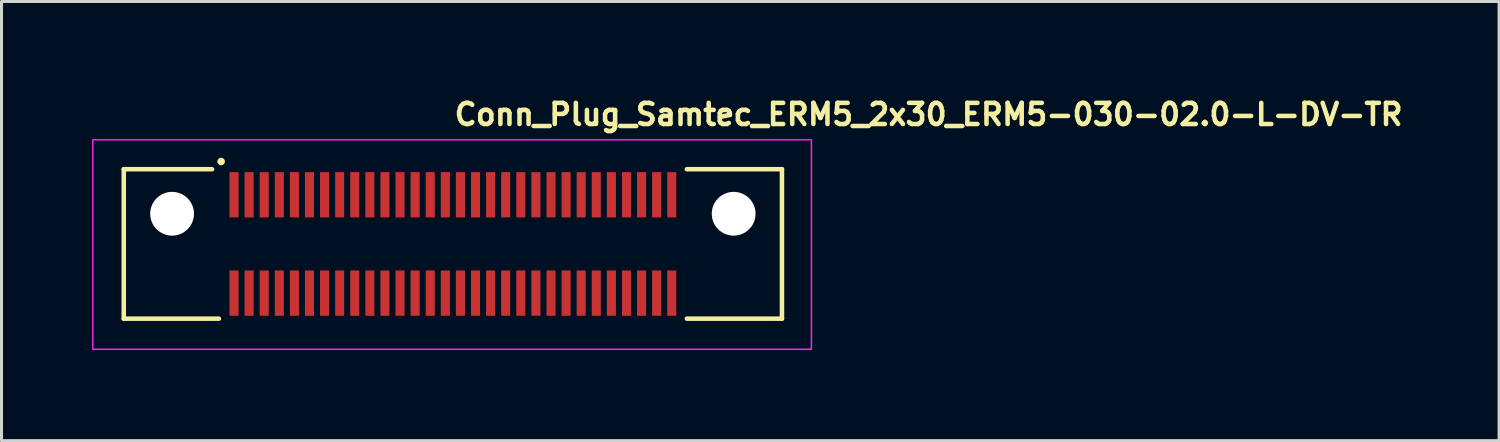
<source format=kicad_pcb>
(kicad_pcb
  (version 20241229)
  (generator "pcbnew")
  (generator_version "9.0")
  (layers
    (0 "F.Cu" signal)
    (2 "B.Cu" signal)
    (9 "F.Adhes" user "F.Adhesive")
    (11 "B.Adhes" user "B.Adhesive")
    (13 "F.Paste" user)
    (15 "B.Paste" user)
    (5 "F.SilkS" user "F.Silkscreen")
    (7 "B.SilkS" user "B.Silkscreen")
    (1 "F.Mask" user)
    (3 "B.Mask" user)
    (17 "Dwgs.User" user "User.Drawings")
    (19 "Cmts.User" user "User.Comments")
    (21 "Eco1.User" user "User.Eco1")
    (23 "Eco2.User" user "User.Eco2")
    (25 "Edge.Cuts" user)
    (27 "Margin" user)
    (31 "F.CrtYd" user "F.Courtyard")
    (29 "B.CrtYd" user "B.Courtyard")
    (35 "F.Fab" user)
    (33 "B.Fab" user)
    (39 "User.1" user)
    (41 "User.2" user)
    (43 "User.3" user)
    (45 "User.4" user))
  (footprint "Conn_Plug_Samtec_ERM5_2x30_ERM5-030-02.0-L-DV-TR"
    (layer "F.Cu")
    (at 11.925 5.05)
    (property "Reference" "Conn_Plug_Samtec_ERM5_2x30_ERM5-030-02.0-L-DV-TR" (at 0 -3.9 0) (layer "F.SilkS") (effects (font (size 0.7 0.7) (thickness 0.15)) (justify left bottom)))
    (attr smd)
    (fp_line (start -10.875 -2.495) (end -10.875 2.455) (stroke (width 0.15) (type solid)) (layer "F.SilkS"))
    (fp_line (start -10.875 -2.495) (end -7.95 -2.495) (stroke (width 0.15) (type solid)) (layer "F.SilkS"))
    (fp_line (start -10.875 2.455) (end -7.724 2.455) (stroke (width 0.15) (type solid)) (layer "F.SilkS"))
    (fp_line (start 10.925 -2.495) (end 7.775 -2.495) (stroke (width 0.15) (type solid)) (layer "F.SilkS"))
    (fp_line (start 10.925 -2.495) (end 10.925 2.455) (stroke (width 0.15) (type solid)) (layer "F.SilkS"))
    (fp_line (start 10.925 2.455) (end 7.775 2.455) (stroke (width 0.15) (type solid)) (layer "F.SilkS"))
    (fp_circle (center -7.65 -2.75) (end -7.6 -2.75) (stroke (width 0.15) (type solid)) (fill yes) (layer "F.SilkS"))
    (fp_poly (pts (xy -7.349 -2.399) (xy -7.099 -2.399) (xy -7.099 -0.9) (xy -7.349 -0.9)) (stroke (width 0.01) (type solid)) (fill yes) (layer "F.Paste"))
    (fp_poly (pts (xy -7.349 0.86) (xy -7.099 0.86) (xy -7.099 2.36) (xy -7.349 2.36)) (stroke (width 0.01) (type solid)) (fill yes) (layer "F.Paste"))
    (fp_poly (pts (xy -6.849 -2.399) (xy -6.599 -2.399) (xy -6.599 -0.9) (xy -6.849 -0.9)) (stroke (width 0.01) (type solid)) (fill yes) (layer "F.Paste"))
    (fp_poly (pts (xy -6.849 0.86) (xy -6.599 0.86) (xy -6.599 2.36) (xy -6.849 2.36)) (stroke (width 0.01) (type solid)) (fill yes) (layer "F.Paste"))
    (fp_poly (pts (xy -6.349 -2.399) (xy -6.099 -2.399) (xy -6.099 -0.9) (xy -6.349 -0.9)) (stroke (width 0.01) (type solid)) (fill yes) (layer "F.Paste"))
    (fp_poly (pts (xy -6.349 0.86) (xy -6.099 0.86) (xy -6.099 2.36) (xy -6.349 2.36)) (stroke (width 0.01) (type solid)) (fill yes) (layer "F.Paste"))
    (fp_poly (pts (xy -5.849 -2.399) (xy -5.599 -2.399) (xy -5.599 -0.9) (xy -5.849 -0.9)) (stroke (width 0.01) (type solid)) (fill yes) (layer "F.Paste"))
    (fp_poly (pts (xy -5.849 0.86) (xy -5.599 0.86) (xy -5.599 2.36) (xy -5.849 2.36)) (stroke (width 0.01) (type solid)) (fill yes) (layer "F.Paste"))
    (fp_poly (pts (xy -5.349 -2.399) (xy -5.099 -2.399) (xy -5.099 -0.9) (xy -5.349 -0.9)) (stroke (width 0.01) (type solid)) (fill yes) (layer "F.Paste"))
    (fp_poly (pts (xy -5.349 0.86) (xy -5.099 0.86) (xy -5.099 2.36) (xy -5.349 2.36)) (stroke (width 0.01) (type solid)) (fill yes) (layer "F.Paste"))
    (fp_poly (pts (xy -4.849 -2.399) (xy -4.6 -2.399) (xy -4.6 -0.9) (xy -4.849 -0.9)) (stroke (width 0.01) (type solid)) (fill yes) (layer "F.Paste"))
    (fp_poly (pts (xy -4.849 0.86) (xy -4.6 0.86) (xy -4.6 2.36) (xy -4.849 2.36)) (stroke (width 0.01) (type solid)) (fill yes) (layer "F.Paste"))
    (fp_poly (pts (xy -4.35 -2.399) (xy -4.1 -2.399) (xy -4.1 -0.9) (xy -4.35 -0.9)) (stroke (width 0.01) (type solid)) (fill yes) (layer "F.Paste"))
    (fp_poly (pts (xy -4.35 0.86) (xy -4.1 0.86) (xy -4.1 2.36) (xy -4.35 2.36)) (stroke (width 0.01) (type solid)) (fill yes) (layer "F.Paste"))
    (fp_poly (pts (xy -3.85 -2.399) (xy -3.6 -2.399) (xy -3.6 -0.9) (xy -3.85 -0.9)) (stroke (width 0.01) (type solid)) (fill yes) (layer "F.Paste"))
    (fp_poly (pts (xy -3.85 0.86) (xy -3.6 0.86) (xy -3.6 2.36) (xy -3.85 2.36)) (stroke (width 0.01) (type solid)) (fill yes) (layer "F.Paste"))
    (fp_poly (pts (xy -3.35 -2.399) (xy -3.1 -2.399) (xy -3.1 -0.9) (xy -3.35 -0.9)) (stroke (width 0.01) (type solid)) (fill yes) (layer "F.Paste"))
    (fp_poly (pts (xy -3.35 0.86) (xy -3.1 0.86) (xy -3.1 2.36) (xy -3.35 2.36)) (stroke (width 0.01) (type solid)) (fill yes) (layer "F.Paste"))
    (fp_poly (pts (xy -2.85 -2.399) (xy -2.6 -2.399) (xy -2.6 -0.9) (xy -2.85 -0.9)) (stroke (width 0.01) (type solid)) (fill yes) (layer "F.Paste"))
    (fp_poly (pts (xy -2.85 0.86) (xy -2.6 0.86) (xy -2.6 2.36) (xy -2.85 2.36)) (stroke (width 0.01) (type solid)) (fill yes) (layer "F.Paste"))
    (fp_poly (pts (xy -2.35 -2.399) (xy -2.1 -2.399) (xy -2.1 -0.9) (xy -2.35 -0.9)) (stroke (width 0.01) (type solid)) (fill yes) (layer "F.Paste"))
    (fp_poly (pts (xy -2.35 0.86) (xy -2.1 0.86) (xy -2.1 2.36) (xy -2.35 2.36)) (stroke (width 0.01) (type solid)) (fill yes) (layer "F.Paste"))
    (fp_poly (pts (xy -1.85 -2.399) (xy -1.6 -2.399) (xy -1.6 -0.9) (xy -1.85 -0.9)) (stroke (width 0.01) (type solid)) (fill yes) (layer "F.Paste"))
    (fp_poly (pts (xy -1.85 0.86) (xy -1.6 0.86) (xy -1.6 2.36) (xy -1.85 2.36)) (stroke (width 0.01) (type solid)) (fill yes) (layer "F.Paste"))
    (fp_poly (pts (xy -1.35 -2.399) (xy -1.1 -2.399) (xy -1.1 -0.9) (xy -1.35 -0.9)) (stroke (width 0.01) (type solid)) (fill yes) (layer "F.Paste"))
    (fp_poly (pts (xy -1.35 0.86) (xy -1.1 0.86) (xy -1.1 2.36) (xy -1.35 2.36)) (stroke (width 0.01) (type solid)) (fill yes) (layer "F.Paste"))
    (fp_poly (pts (xy -0.85 -2.399) (xy -0.6 -2.399) (xy -0.6 -0.9) (xy -0.85 -0.9)) (stroke (width 0.01) (type solid)) (fill yes) (layer "F.Paste"))
    (fp_poly (pts (xy -0.85 0.86) (xy -0.6 0.86) (xy -0.6 2.36) (xy -0.85 2.36)) (stroke (width 0.01) (type solid)) (fill yes) (layer "F.Paste"))
    (fp_poly (pts (xy -0.349 -2.399) (xy -0.1 -2.399) (xy -0.1 -0.9) (xy -0.349 -0.9)) (stroke (width 0.01) (type solid)) (fill yes) (layer "F.Paste"))
    (fp_poly (pts (xy -0.349 0.86) (xy -0.1 0.86) (xy -0.1 2.36) (xy -0.349 2.36)) (stroke (width 0.01) (type solid)) (fill yes) (layer "F.Paste"))
    (fp_poly (pts (xy 0.15 -2.399) (xy 0.4 -2.399) (xy 0.4 -0.9) (xy 0.15 -0.9)) (stroke (width 0.01) (type solid)) (fill yes) (layer "F.Paste"))
    (fp_poly (pts (xy 0.15 0.86) (xy 0.4 0.86) (xy 0.4 2.36) (xy 0.15 2.36)) (stroke (width 0.01) (type solid)) (fill yes) (layer "F.Paste"))
    (fp_poly (pts (xy 0.65 -2.399) (xy 0.9 -2.399) (xy 0.9 -0.9) (xy 0.65 -0.9)) (stroke (width 0.01) (type solid)) (fill yes) (layer "F.Paste"))
    (fp_poly (pts (xy 0.65 0.86) (xy 0.9 0.86) (xy 0.9 2.36) (xy 0.65 2.36)) (stroke (width 0.01) (type solid)) (fill yes) (layer "F.Paste"))
    (fp_poly (pts (xy 1.15 -2.399) (xy 1.399 -2.399) (xy 1.399 -0.9) (xy 1.15 -0.9)) (stroke (width 0.01) (type solid)) (fill yes) (layer "F.Paste"))
    (fp_poly (pts (xy 1.15 0.86) (xy 1.399 0.86) (xy 1.399 2.36) (xy 1.15 2.36)) (stroke (width 0.01) (type solid)) (fill yes) (layer "F.Paste"))
    (fp_poly (pts (xy 1.649 -2.399) (xy 1.899 -2.399) (xy 1.899 -0.9) (xy 1.649 -0.9)) (stroke (width 0.01) (type solid)) (fill yes) (layer "F.Paste"))
    (fp_poly (pts (xy 1.649 0.86) (xy 1.899 0.86) (xy 1.899 2.36) (xy 1.649 2.36)) (stroke (width 0.01) (type solid)) (fill yes) (layer "F.Paste"))
    (fp_poly (pts (xy 2.15 -2.399) (xy 2.4 -2.399) (xy 2.4 -0.9) (xy 2.15 -0.9)) (stroke (width 0.01) (type solid)) (fill yes) (layer "F.Paste"))
    (fp_poly (pts (xy 2.15 0.86) (xy 2.4 0.86) (xy 2.4 2.36) (xy 2.15 2.36)) (stroke (width 0.01) (type solid)) (fill yes) (layer "F.Paste"))
    (fp_poly (pts (xy 2.65 -2.399) (xy 2.9 -2.399) (xy 2.9 -0.9) (xy 2.65 -0.9)) (stroke (width 0.01) (type solid)) (fill yes) (layer "F.Paste"))
    (fp_poly (pts (xy 2.65 0.86) (xy 2.9 0.86) (xy 2.9 2.36) (xy 2.65 2.36)) (stroke (width 0.01) (type solid)) (fill yes) (layer "F.Paste"))
    (fp_poly (pts (xy 3.15 -2.399) (xy 3.4 -2.399) (xy 3.4 -0.9) (xy 3.15 -0.9)) (stroke (width 0.01) (type solid)) (fill yes) (layer "F.Paste"))
    (fp_poly (pts (xy 3.15 0.86) (xy 3.4 0.86) (xy 3.4 2.36) (xy 3.15 2.36)) (stroke (width 0.01) (type solid)) (fill yes) (layer "F.Paste"))
    (fp_poly (pts (xy 3.65 -2.399) (xy 3.9 -2.399) (xy 3.9 -0.9) (xy 3.65 -0.9)) (stroke (width 0.01) (type solid)) (fill yes) (layer "F.Paste"))
    (fp_poly (pts (xy 3.65 0.86) (xy 3.9 0.86) (xy 3.9 2.36) (xy 3.65 2.36)) (stroke (width 0.01) (type solid)) (fill yes) (layer "F.Paste"))
    (fp_poly (pts (xy 4.15 -2.399) (xy 4.4 -2.399) (xy 4.4 -0.9) (xy 4.15 -0.9)) (stroke (width 0.01) (type solid)) (fill yes) (layer "F.Paste"))
    (fp_poly (pts (xy 4.15 0.86) (xy 4.4 0.86) (xy 4.4 2.36) (xy 4.15 2.36)) (stroke (width 0.01) (type solid)) (fill yes) (layer "F.Paste"))
    (fp_poly (pts (xy 4.65 -2.399) (xy 4.9 -2.399) (xy 4.9 -0.9) (xy 4.65 -0.9)) (stroke (width 0.01) (type solid)) (fill yes) (layer "F.Paste"))
    (fp_poly (pts (xy 4.65 0.86) (xy 4.9 0.86) (xy 4.9 2.36) (xy 4.65 2.36)) (stroke (width 0.01) (type solid)) (fill yes) (layer "F.Paste"))
    (fp_poly (pts (xy 5.15 -2.399) (xy 5.4 -2.399) (xy 5.4 -0.9) (xy 5.15 -0.9)) (stroke (width 0.01) (type solid)) (fill yes) (layer "F.Paste"))
    (fp_poly (pts (xy 5.15 0.86) (xy 5.4 0.86) (xy 5.4 2.36) (xy 5.15 2.36)) (stroke (width 0.01) (type solid)) (fill yes) (layer "F.Paste"))
    (fp_poly (pts (xy 5.65 -2.399) (xy 5.9 -2.399) (xy 5.9 -0.9) (xy 5.65 -0.9)) (stroke (width 0.01) (type solid)) (fill yes) (layer "F.Paste"))
    (fp_poly (pts (xy 5.65 0.86) (xy 5.9 0.86) (xy 5.9 2.36) (xy 5.65 2.36)) (stroke (width 0.01) (type solid)) (fill yes) (layer "F.Paste"))
    (fp_poly (pts (xy 6.15 -2.399) (xy 6.4 -2.399) (xy 6.4 -0.9) (xy 6.15 -0.9)) (stroke (width 0.01) (type solid)) (fill yes) (layer "F.Paste"))
    (fp_poly (pts (xy 6.15 0.86) (xy 6.4 0.86) (xy 6.4 2.36) (xy 6.15 2.36)) (stroke (width 0.01) (type solid)) (fill yes) (layer "F.Paste"))
    (fp_poly (pts (xy 6.65 -2.399) (xy 6.9 -2.399) (xy 6.9 -0.9) (xy 6.65 -0.9)) (stroke (width 0.01) (type solid)) (fill yes) (layer "F.Paste"))
    (fp_poly (pts (xy 6.65 0.86) (xy 6.9 0.86) (xy 6.9 2.36) (xy 6.65 2.36)) (stroke (width 0.01) (type solid)) (fill yes) (layer "F.Paste"))
    (fp_poly (pts (xy 7.15 -2.399) (xy 7.4 -2.399) (xy 7.4 -0.9) (xy 7.15 -0.9)) (stroke (width 0.01) (type solid)) (fill yes) (layer "F.Paste"))
    (fp_poly (pts (xy 7.15 0.86) (xy 7.4 0.86) (xy 7.4 2.36) (xy 7.15 2.36)) (stroke (width 0.01) (type solid)) (fill yes) (layer "F.Paste"))
    (fp_rect (start -11.9 -3.47) (end 11.9 3.47) (stroke (width 0.05) (type solid)) (fill no) (layer "F.CrtYd"))
    (fp_rect (start -10.9 -2.475) (end 10.9 2.475) (stroke (width 0.1) (type solid)) (fill no) (layer "User.5"))
    (fp_line (start -10.9 -0.975) (end -10.9 2.475) (stroke (width 0.02) (type solid)) (layer "User.9"))
    (fp_line (start -10.9 2.475) (end -7.599 2.475) (stroke (width 0.02) (type solid)) (layer "User.9"))
    (fp_line (start -10 0.525) (end -10 -0.525) (stroke (width 0.02) (type solid)) (layer "User.9"))
    (fp_line (start -10 0.525) (end -9.595 0.929) (stroke (width 0.02) (type solid)) (layer "User.9"))
    (fp_line (start -9.595 -0.929) (end -10 -0.525) (stroke (width 0.02) (type solid)) (layer "User.9"))
    (fp_line (start -9.595 0.929) (end -9.3 1.225) (stroke (width 0.02) (type solid)) (layer "User.9"))
    (fp_line (start -9.595 0.929) (end -9.072 0.301) (stroke (width 0.02) (type solid)) (layer "User.9"))
    (fp_line (start -9.4 -2.475) (end -10.9 -0.975) (stroke (width 0.02) (type solid)) (layer "User.9"))
    (fp_line (start -9.3 -1.225) (end -9.595 -0.929) (stroke (width 0.02) (type solid)) (layer "User.9"))
    (fp_line (start -9.072 -0.301) (end -9.595 -0.929) (stroke (width 0.02) (type solid)) (layer "User.9"))
    (fp_line (start -9.072 -0.301) (end -9.072 0.301) (stroke (width 0.02) (type solid)) (layer "User.9"))
    (fp_line (start -9.072 0.301) (end -8.835 0.301) (stroke (width 0.02) (type solid)) (layer "User.9"))
    (fp_line (start -8.835 -0.301) (end -9.072 -0.301) (stroke (width 0.02) (type solid)) (layer "User.9"))
    (fp_line (start -8.835 0.301) (end -8.835 -0.301) (stroke (width 0.02) (type solid)) (layer "User.9"))
    (fp_line (start -8.835 0.301) (end -8.2 1.225) (stroke (width 0.02) (type solid)) (layer "User.9"))
    (fp_line (start -8.2 -1.225) (end -9.3 -1.225) (stroke (width 0.02) (type solid)) (layer "User.9"))
    (fp_line (start -8.2 -1.225) (end -8.835 -0.301) (stroke (width 0.02) (type solid)) (layer "User.9"))
    (fp_line (start -8.2 -1.025) (end -8.2 -1.225) (stroke (width 0.02) (type solid)) (layer "User.9"))
    (fp_line (start -8.2 1.025) (end -8.2 -1.025) (stroke (width 0.02) (type solid)) (layer "User.9"))
    (fp_line (start -8.2 1.225) (end -9.3 1.225) (stroke (width 0.02) (type solid)) (layer "User.9"))
    (fp_line (start -8.2 1.225) (end -8.2 1.025) (stroke (width 0.02) (type solid)) (layer "User.9"))
    (fp_line (start -7.599 -2.475) (end -9.4 -2.475) (stroke (width 0.02) (type solid)) (layer "User.9"))
    (fp_line (start -7.599 -1.675) (end -7.599 -2.475) (stroke (width 0.02) (type solid)) (layer "User.9"))
    (fp_line (start -7.599 1.675) (end -7.599 2.475) (stroke (width 0.02) (type solid)) (layer "User.9"))
    (fp_line (start -7.4 -1.675) (end -7.599 -1.675) (stroke (width 0.02) (type solid)) (layer "User.9"))
    (fp_line (start -7.4 -1.675) (end -7.4 -2.275) (stroke (width 0.02) (type solid)) (layer "User.9"))
    (fp_line (start -7.4 1.675) (end -7.599 1.675) (stroke (width 0.02) (type solid)) (layer "User.9"))
    (fp_line (start -7.4 1.675) (end -7.4 2.275) (stroke (width 0.02) (type solid)) (layer "User.9"))
    (fp_line (start -7.349 -1.274) (end -7.349 -1.225) (stroke (width 0.02) (type solid)) (layer "User.9"))
    (fp_line (start -7.349 -1.225) (end -8.2 -1.225) (stroke (width 0.02) (type solid)) (layer "User.9"))
    (fp_line (start -7.349 -1.225) (end -7.349 -1.025) (stroke (width 0.02) (type solid)) (layer "User.9"))
    (fp_line (start -7.349 -1.025) (end -7.349 1.025) (stroke (width 0.02) (type solid)) (layer "User.9"))
    (fp_line (start -7.349 1.025) (end -7.349 1.225) (stroke (width 0.02) (type solid)) (layer "User.9"))
    (fp_line (start -7.349 1.225) (end -8.2 1.225) (stroke (width 0.02) (type solid)) (layer "User.9"))
    (fp_line (start -7.349 1.225) (end -7.349 1.274) (stroke (width 0.02) (type solid)) (layer "User.9"))
    (fp_line (start -7.15 -1.274) (end -7.349 -1.274) (stroke (width 0.02) (type solid)) (layer "User.9"))
    (fp_line (start -7.15 -1.225) (end -7.15 -1.274) (stroke (width 0.02) (type solid)) (layer "User.9"))
    (fp_line (start -7.15 -1.225) (end -7.15 -1.025) (stroke (width 0.02) (type solid)) (layer "User.9"))
    (fp_line (start -7.15 -1.025) (end -7.15 1.025) (stroke (width 0.02) (type solid)) (layer "User.9"))
    (fp_line (start -7.15 -0.975) (end -7.349 -0.975) (stroke (width 0.02) (type solid)) (layer "User.9"))
    (fp_line (start -7.15 -0.888) (end -7.349 -0.888) (stroke (width 0.02) (type solid)) (layer "User.9"))
    (fp_line (start -7.15 -0.2) (end -7.349 -0.2) (stroke (width 0.02) (type solid)) (layer "User.9"))
    (fp_line (start -7.15 0.2) (end -7.349 0.2) (stroke (width 0.02) (type solid)) (layer "User.9"))
    (fp_line (start -7.15 0.888) (end -7.349 0.888) (stroke (width 0.02) (type solid)) (layer "User.9"))
    (fp_line (start -7.15 0.975) (end -7.349 0.975) (stroke (width 0.02) (type solid)) (layer "User.9"))
    (fp_line (start -7.15 1.025) (end -7.15 1.225) (stroke (width 0.02) (type solid)) (layer "User.9"))
    (fp_line (start -7.15 1.225) (end -7.15 1.274) (stroke (width 0.02) (type solid)) (layer "User.9"))
    (fp_line (start -7.15 1.274) (end -7.349 1.274) (stroke (width 0.02) (type solid)) (layer "User.9"))
    (fp_line (start -7.099 -2.275) (end -7.4 -2.275) (stroke (width 0.02) (type solid)) (layer "User.9"))
    (fp_line (start -7.099 -1.675) (end -7.099 -2.275) (stroke (width 0.02) (type solid)) (layer "User.9"))
    (fp_line (start -7.099 1.675) (end -7.099 2.275) (stroke (width 0.02) (type solid)) (layer "User.9"))
    (fp_line (start -7.099 2.275) (end -7.4 2.275) (stroke (width 0.02) (type solid)) (layer "User.9"))
    (fp_line (start -6.9 -1.675) (end -7.099 -1.675) (stroke (width 0.02) (type solid)) (layer "User.9"))
    (fp_line (start -6.9 -1.675) (end -6.9 -2.275) (stroke (width 0.02) (type solid)) (layer "User.9"))
    (fp_line (start -6.9 1.675) (end -7.099 1.675) (stroke (width 0.02) (type solid)) (layer "User.9"))
    (fp_line (start -6.9 1.675) (end -6.9 2.275) (stroke (width 0.02) (type solid)) (layer "User.9"))
    (fp_line (start -6.849 -1.274) (end -6.849 -1.225) (stroke (width 0.02) (type solid)) (layer "User.9"))
    (fp_line (start -6.849 -1.225) (end -7.15 -1.225) (stroke (width 0.02) (type solid)) (layer "User.9"))
    (fp_line (start -6.849 -1.225) (end -6.849 -1.025) (stroke (width 0.02) (type solid)) (layer "User.9"))
    (fp_line (start -6.849 -1.025) (end -6.849 1.025) (stroke (width 0.02) (type solid)) (layer "User.9"))
    (fp_line (start -6.849 1.025) (end -6.849 1.225) (stroke (width 0.02) (type solid)) (layer "User.9"))
    (fp_line (start -6.849 1.225) (end -7.15 1.225) (stroke (width 0.02) (type solid)) (layer "User.9"))
    (fp_line (start -6.849 1.274) (end -6.849 1.225) (stroke (width 0.02) (type solid)) (layer "User.9"))
    (fp_line (start -6.65 -1.274) (end -6.849 -1.274) (stroke (width 0.02) (type solid)) (layer "User.9"))
    (fp_line (start -6.65 -1.225) (end -6.65 -1.274) (stroke (width 0.02) (type solid)) (layer "User.9"))
    (fp_line (start -6.65 -1.225) (end -6.65 -1.025) (stroke (width 0.02) (type solid)) (layer "User.9"))
    (fp_line (start -6.65 -1.025) (end -6.65 1.025) (stroke (width 0.02) (type solid)) (layer "User.9"))
    (fp_line (start -6.65 -0.975) (end -6.849 -0.975) (stroke (width 0.02) (type solid)) (layer "User.9"))
    (fp_line (start -6.65 -0.888) (end -6.849 -0.888) (stroke (width 0.02) (type solid)) (layer "User.9"))
    (fp_line (start -6.65 -0.2) (end -6.849 -0.2) (stroke (width 0.02) (type solid)) (layer "User.9"))
    (fp_line (start -6.65 0.2) (end -6.849 0.2) (stroke (width 0.02) (type solid)) (layer "User.9"))
    (fp_line (start -6.65 0.888) (end -6.849 0.888) (stroke (width 0.02) (type solid)) (layer "User.9"))
    (fp_line (start -6.65 0.975) (end -6.849 0.975) (stroke (width 0.02) (type solid)) (layer "User.9"))
    (fp_line (start -6.65 1.025) (end -6.65 1.225) (stroke (width 0.02) (type solid)) (layer "User.9"))
    (fp_line (start -6.65 1.225) (end -6.65 1.274) (stroke (width 0.02) (type solid)) (layer "User.9"))
    (fp_line (start -6.65 1.274) (end -6.849 1.274) (stroke (width 0.02) (type solid)) (layer "User.9"))
    (fp_line (start -6.599 -2.275) (end -6.9 -2.275) (stroke (width 0.02) (type solid)) (layer "User.9"))
    (fp_line (start -6.599 -1.675) (end -6.599 -2.275) (stroke (width 0.02) (type solid)) (layer "User.9"))
    (fp_line (start -6.599 1.675) (end -6.599 2.275) (stroke (width 0.02) (type solid)) (layer "User.9"))
    (fp_line (start -6.599 2.275) (end -6.9 2.275) (stroke (width 0.02) (type solid)) (layer "User.9"))
    (fp_line (start -6.4 -1.675) (end -6.599 -1.675) (stroke (width 0.02) (type solid)) (layer "User.9"))
    (fp_line (start -6.4 -1.675) (end -6.4 -2.275) (stroke (width 0.02) (type solid)) (layer "User.9"))
    (fp_line (start -6.4 1.675) (end -6.599 1.675) (stroke (width 0.02) (type solid)) (layer "User.9"))
    (fp_line (start -6.4 1.675) (end -6.4 2.275) (stroke (width 0.02) (type solid)) (layer "User.9"))
    (fp_line (start -6.349 -1.274) (end -6.349 -1.225) (stroke (width 0.02) (type solid)) (layer "User.9"))
    (fp_line (start -6.349 -1.225) (end -6.65 -1.225) (stroke (width 0.02) (type solid)) (layer "User.9"))
    (fp_line (start -6.349 -1.225) (end -6.349 -1.025) (stroke (width 0.02) (type solid)) (layer "User.9"))
    (fp_line (start -6.349 -1.025) (end -6.349 1.025) (stroke (width 0.02) (type solid)) (layer "User.9"))
    (fp_line (start -6.349 1.025) (end -6.349 1.225) (stroke (width 0.02) (type solid)) (layer "User.9"))
    (fp_line (start -6.349 1.225) (end -6.65 1.225) (stroke (width 0.02) (type solid)) (layer "User.9"))
    (fp_line (start -6.349 1.274) (end -6.349 1.225) (stroke (width 0.02) (type solid)) (layer "User.9"))
    (fp_line (start -6.15 -1.274) (end -6.349 -1.274) (stroke (width 0.02) (type solid)) (layer "User.9"))
    (fp_line (start -6.15 -1.225) (end -6.15 -1.274) (stroke (width 0.02) (type solid)) (layer "User.9"))
    (fp_line (start -6.15 -1.225) (end -6.15 -1.025) (stroke (width 0.02) (type solid)) (layer "User.9"))
    (fp_line (start -6.15 -1.025) (end -6.15 1.025) (stroke (width 0.02) (type solid)) (layer "User.9"))
    (fp_line (start -6.15 -0.975) (end -6.349 -0.975) (stroke (width 0.02) (type solid)) (layer "User.9"))
    (fp_line (start -6.15 -0.888) (end -6.349 -0.888) (stroke (width 0.02) (type solid)) (layer "User.9"))
    (fp_line (start -6.15 -0.2) (end -6.349 -0.2) (stroke (width 0.02) (type solid)) (layer "User.9"))
    (fp_line (start -6.15 0.2) (end -6.349 0.2) (stroke (width 0.02) (type solid)) (layer "User.9"))
    (fp_line (start -6.15 0.888) (end -6.349 0.888) (stroke (width 0.02) (type solid)) (layer "User.9"))
    (fp_line (start -6.15 0.975) (end -6.349 0.975) (stroke (width 0.02) (type solid)) (layer "User.9"))
    (fp_line (start -6.15 1.025) (end -6.15 1.225) (stroke (width 0.02) (type solid)) (layer "User.9"))
    (fp_line (start -6.15 1.225) (end -6.15 1.274) (stroke (width 0.02) (type solid)) (layer "User.9"))
    (fp_line (start -6.15 1.274) (end -6.349 1.274) (stroke (width 0.02) (type solid)) (layer "User.9"))
    (fp_line (start -6.099 -2.275) (end -6.4 -2.275) (stroke (width 0.02) (type solid)) (layer "User.9"))
    (fp_line (start -6.099 -1.675) (end -6.099 -2.275) (stroke (width 0.02) (type solid)) (layer "User.9"))
    (fp_line (start -6.099 1.675) (end -6.099 2.275) (stroke (width 0.02) (type solid)) (layer "User.9"))
    (fp_line (start -6.099 2.275) (end -6.4 2.275) (stroke (width 0.02) (type solid)) (layer "User.9"))
    (fp_line (start -5.9 -1.675) (end -6.099 -1.675) (stroke (width 0.02) (type solid)) (layer "User.9"))
    (fp_line (start -5.9 -1.675) (end -5.9 -2.275) (stroke (width 0.02) (type solid)) (layer "User.9"))
    (fp_line (start -5.9 1.675) (end -6.099 1.675) (stroke (width 0.02) (type solid)) (layer "User.9"))
    (fp_line (start -5.9 1.675) (end -5.9 2.275) (stroke (width 0.02) (type solid)) (layer "User.9"))
    (fp_line (start -5.849 -1.274) (end -5.849 -1.225) (stroke (width 0.02) (type solid)) (layer "User.9"))
    (fp_line (start -5.849 -1.225) (end -6.15 -1.225) (stroke (width 0.02) (type solid)) (layer "User.9"))
    (fp_line (start -5.849 -1.225) (end -5.849 -1.025) (stroke (width 0.02) (type solid)) (layer "User.9"))
    (fp_line (start -5.849 -1.025) (end -5.849 1.025) (stroke (width 0.02) (type solid)) (layer "User.9"))
    (fp_line (start -5.849 1.025) (end -5.849 1.225) (stroke (width 0.02) (type solid)) (layer "User.9"))
    (fp_line (start -5.849 1.225) (end -6.15 1.225) (stroke (width 0.02) (type solid)) (layer "User.9"))
    (fp_line (start -5.849 1.274) (end -5.849 1.225) (stroke (width 0.02) (type solid)) (layer "User.9"))
    (fp_line (start -5.65 -1.274) (end -5.849 -1.274) (stroke (width 0.02) (type solid)) (layer "User.9"))
    (fp_line (start -5.65 -1.225) (end -5.65 -1.274) (stroke (width 0.02) (type solid)) (layer "User.9"))
    (fp_line (start -5.65 -1.225) (end -5.65 -1.025) (stroke (width 0.02) (type solid)) (layer "User.9"))
    (fp_line (start -5.65 -1.025) (end -5.65 1.025) (stroke (width 0.02) (type solid)) (layer "User.9"))
    (fp_line (start -5.65 -0.975) (end -5.849 -0.975) (stroke (width 0.02) (type solid)) (layer "User.9"))
    (fp_line (start -5.65 -0.888) (end -5.849 -0.888) (stroke (width 0.02) (type solid)) (layer "User.9"))
    (fp_line (start -5.65 -0.2) (end -5.849 -0.2) (stroke (width 0.02) (type solid)) (layer "User.9"))
    (fp_line (start -5.65 0.2) (end -5.849 0.2) (stroke (width 0.02) (type solid)) (layer "User.9"))
    (fp_line (start -5.65 0.888) (end -5.849 0.888) (stroke (width 0.02) (type solid)) (layer "User.9"))
    (fp_line (start -5.65 0.975) (end -5.849 0.975) (stroke (width 0.02) (type solid)) (layer "User.9"))
    (fp_line (start -5.65 1.025) (end -5.65 1.225) (stroke (width 0.02) (type solid)) (layer "User.9"))
    (fp_line (start -5.65 1.225) (end -5.65 1.274) (stroke (width 0.02) (type solid)) (layer "User.9"))
    (fp_line (start -5.65 1.274) (end -5.849 1.274) (stroke (width 0.02) (type solid)) (layer "User.9"))
    (fp_line (start -5.599 -2.275) (end -5.9 -2.275) (stroke (width 0.02) (type solid)) (layer "User.9"))
    (fp_line (start -5.599 -1.675) (end -5.599 -2.275) (stroke (width 0.02) (type solid)) (layer "User.9"))
    (fp_line (start -5.599 1.675) (end -5.599 2.275) (stroke (width 0.02) (type solid)) (layer "User.9"))
    (fp_line (start -5.599 2.275) (end -5.9 2.275) (stroke (width 0.02) (type solid)) (layer "User.9"))
    (fp_line (start -5.4 -1.675) (end -5.599 -1.675) (stroke (width 0.02) (type solid)) (layer "User.9"))
    (fp_line (start -5.4 -1.675) (end -5.4 -2.275) (stroke (width 0.02) (type solid)) (layer "User.9"))
    (fp_line (start -5.4 1.675) (end -5.599 1.675) (stroke (width 0.02) (type solid)) (layer "User.9"))
    (fp_line (start -5.4 1.675) (end -5.4 2.275) (stroke (width 0.02) (type solid)) (layer "User.9"))
    (fp_line (start -5.349 -1.274) (end -5.349 -1.225) (stroke (width 0.02) (type solid)) (layer "User.9"))
    (fp_line (start -5.349 -1.225) (end -5.65 -1.225) (stroke (width 0.02) (type solid)) (layer "User.9"))
    (fp_line (start -5.349 -1.225) (end -5.349 -1.025) (stroke (width 0.02) (type solid)) (layer "User.9"))
    (fp_line (start -5.349 -1.025) (end -5.349 1.025) (stroke (width 0.02) (type solid)) (layer "User.9"))
    (fp_line (start -5.349 1.025) (end -5.349 1.225) (stroke (width 0.02) (type solid)) (layer "User.9"))
    (fp_line (start -5.349 1.225) (end -5.65 1.225) (stroke (width 0.02) (type solid)) (layer "User.9"))
    (fp_line (start -5.349 1.274) (end -5.349 1.225) (stroke (width 0.02) (type solid)) (layer "User.9"))
    (fp_line (start -5.15 -1.274) (end -5.349 -1.274) (stroke (width 0.02) (type solid)) (layer "User.9"))
    (fp_line (start -5.15 -1.225) (end -5.15 -1.274) (stroke (width 0.02) (type solid)) (layer "User.9"))
    (fp_line (start -5.15 -1.225) (end -5.15 -1.025) (stroke (width 0.02) (type solid)) (layer "User.9"))
    (fp_line (start -5.15 -1.025) (end -5.15 1.025) (stroke (width 0.02) (type solid)) (layer "User.9"))
    (fp_line (start -5.15 -0.975) (end -5.349 -0.975) (stroke (width 0.02) (type solid)) (layer "User.9"))
    (fp_line (start -5.15 -0.888) (end -5.349 -0.888) (stroke (width 0.02) (type solid)) (layer "User.9"))
    (fp_line (start -5.15 -0.2) (end -5.349 -0.2) (stroke (width 0.02) (type solid)) (layer "User.9"))
    (fp_line (start -5.15 0.2) (end -5.349 0.2) (stroke (width 0.02) (type solid)) (layer "User.9"))
    (fp_line (start -5.15 0.888) (end -5.349 0.888) (stroke (width 0.02) (type solid)) (layer "User.9"))
    (fp_line (start -5.15 0.975) (end -5.349 0.975) (stroke (width 0.02) (type solid)) (layer "User.9"))
    (fp_line (start -5.15 1.025) (end -5.15 1.225) (stroke (width 0.02) (type solid)) (layer "User.9"))
    (fp_line (start -5.15 1.225) (end -5.15 1.274) (stroke (width 0.02) (type solid)) (layer "User.9"))
    (fp_line (start -5.15 1.274) (end -5.349 1.274) (stroke (width 0.02) (type solid)) (layer "User.9"))
    (fp_line (start -5.099 -2.275) (end -5.4 -2.275) (stroke (width 0.02) (type solid)) (layer "User.9"))
    (fp_line (start -5.099 -1.675) (end -5.099 -2.275) (stroke (width 0.02) (type solid)) (layer "User.9"))
    (fp_line (start -5.099 1.675) (end -5.099 2.275) (stroke (width 0.02) (type solid)) (layer "User.9"))
    (fp_line (start -5.099 2.275) (end -5.4 2.275) (stroke (width 0.02) (type solid)) (layer "User.9"))
    (fp_line (start -4.9 -1.675) (end -5.099 -1.675) (stroke (width 0.02) (type solid)) (layer "User.9"))
    (fp_line (start -4.9 -1.675) (end -4.9 -2.275) (stroke (width 0.02) (type solid)) (layer "User.9"))
    (fp_line (start -4.9 1.675) (end -5.099 1.675) (stroke (width 0.02) (type solid)) (layer "User.9"))
    (fp_line (start -4.9 1.675) (end -4.9 2.275) (stroke (width 0.02) (type solid)) (layer "User.9"))
    (fp_line (start -4.849 -1.274) (end -4.849 -1.225) (stroke (width 0.02) (type solid)) (layer "User.9"))
    (fp_line (start -4.849 -1.225) (end -5.15 -1.225) (stroke (width 0.02) (type solid)) (layer "User.9"))
    (fp_line (start -4.849 -1.225) (end -4.849 -1.025) (stroke (width 0.02) (type solid)) (layer "User.9"))
    (fp_line (start -4.849 -1.025) (end -4.849 1.025) (stroke (width 0.02) (type solid)) (layer "User.9"))
    (fp_line (start -4.849 1.025) (end -4.849 1.225) (stroke (width 0.02) (type solid)) (layer "User.9"))
    (fp_line (start -4.849 1.225) (end -5.15 1.225) (stroke (width 0.02) (type solid)) (layer "User.9"))
    (fp_line (start -4.849 1.274) (end -4.849 1.225) (stroke (width 0.02) (type solid)) (layer "User.9"))
    (fp_line (start -4.65 -1.274) (end -4.849 -1.274) (stroke (width 0.02) (type solid)) (layer "User.9"))
    (fp_line (start -4.65 -1.225) (end -4.65 -1.274) (stroke (width 0.02) (type solid)) (layer "User.9"))
    (fp_line (start -4.65 -1.225) (end -4.65 -1.025) (stroke (width 0.02) (type solid)) (layer "User.9"))
    (fp_line (start -4.65 -1.025) (end -4.65 1.025) (stroke (width 0.02) (type solid)) (layer "User.9"))
    (fp_line (start -4.65 -0.975) (end -4.849 -0.975) (stroke (width 0.02) (type solid)) (layer "User.9"))
    (fp_line (start -4.65 -0.888) (end -4.849 -0.888) (stroke (width 0.02) (type solid)) (layer "User.9"))
    (fp_line (start -4.65 -0.2) (end -4.849 -0.2) (stroke (width 0.02) (type solid)) (layer "User.9"))
    (fp_line (start -4.65 0.2) (end -4.849 0.2) (stroke (width 0.02) (type solid)) (layer "User.9"))
    (fp_line (start -4.65 0.888) (end -4.849 0.888) (stroke (width 0.02) (type solid)) (layer "User.9"))
    (fp_line (start -4.65 0.975) (end -4.849 0.975) (stroke (width 0.02) (type solid)) (layer "User.9"))
    (fp_line (start -4.65 1.025) (end -4.65 1.225) (stroke (width 0.02) (type solid)) (layer "User.9"))
    (fp_line (start -4.65 1.225) (end -4.65 1.274) (stroke (width 0.02) (type solid)) (layer "User.9"))
    (fp_line (start -4.65 1.274) (end -4.849 1.274) (stroke (width 0.02) (type solid)) (layer "User.9"))
    (fp_line (start -4.6 -2.275) (end -4.9 -2.275) (stroke (width 0.02) (type solid)) (layer "User.9"))
    (fp_line (start -4.6 -1.675) (end -4.6 -2.275) (stroke (width 0.02) (type solid)) (layer "User.9"))
    (fp_line (start -4.6 1.675) (end -4.6 2.275) (stroke (width 0.02) (type solid)) (layer "User.9"))
    (fp_line (start -4.6 2.275) (end -4.9 2.275) (stroke (width 0.02) (type solid)) (layer "User.9"))
    (fp_line (start -4.4 -1.675) (end -4.6 -1.675) (stroke (width 0.02) (type solid)) (layer "User.9"))
    (fp_line (start -4.4 -1.675) (end -4.4 -2.275) (stroke (width 0.02) (type solid)) (layer "User.9"))
    (fp_line (start -4.4 1.675) (end -4.6 1.675) (stroke (width 0.02) (type solid)) (layer "User.9"))
    (fp_line (start -4.4 1.675) (end -4.4 2.275) (stroke (width 0.02) (type solid)) (layer "User.9"))
    (fp_line (start -4.35 -1.274) (end -4.35 -1.225) (stroke (width 0.02) (type solid)) (layer "User.9"))
    (fp_line (start -4.35 -1.225) (end -4.65 -1.225) (stroke (width 0.02) (type solid)) (layer "User.9"))
    (fp_line (start -4.35 -1.225) (end -4.35 -1.025) (stroke (width 0.02) (type solid)) (layer "User.9"))
    (fp_line (start -4.35 -1.025) (end -4.35 1.025) (stroke (width 0.02) (type solid)) (layer "User.9"))
    (fp_line (start -4.35 1.025) (end -4.35 1.225) (stroke (width 0.02) (type solid)) (layer "User.9"))
    (fp_line (start -4.35 1.225) (end -4.65 1.225) (stroke (width 0.02) (type solid)) (layer "User.9"))
    (fp_line (start -4.35 1.274) (end -4.35 1.225) (stroke (width 0.02) (type solid)) (layer "User.9"))
    (fp_line (start -4.15 -1.274) (end -4.35 -1.274) (stroke (width 0.02) (type solid)) (layer "User.9"))
    (fp_line (start -4.15 -1.225) (end -4.15 -1.274) (stroke (width 0.02) (type solid)) (layer "User.9"))
    (fp_line (start -4.15 -1.225) (end -4.15 -1.025) (stroke (width 0.02) (type solid)) (layer "User.9"))
    (fp_line (start -4.15 -1.025) (end -4.15 1.025) (stroke (width 0.02) (type solid)) (layer "User.9"))
    (fp_line (start -4.15 -0.975) (end -4.35 -0.975) (stroke (width 0.02) (type solid)) (layer "User.9"))
    (fp_line (start -4.15 -0.888) (end -4.35 -0.888) (stroke (width 0.02) (type solid)) (layer "User.9"))
    (fp_line (start -4.15 -0.2) (end -4.35 -0.2) (stroke (width 0.02) (type solid)) (layer "User.9"))
    (fp_line (start -4.15 0.2) (end -4.35 0.2) (stroke (width 0.02) (type solid)) (layer "User.9"))
    (fp_line (start -4.15 0.888) (end -4.35 0.888) (stroke (width 0.02) (type solid)) (layer "User.9"))
    (fp_line (start -4.15 0.975) (end -4.35 0.975) (stroke (width 0.02) (type solid)) (layer "User.9"))
    (fp_line (start -4.15 1.025) (end -4.15 1.225) (stroke (width 0.02) (type solid)) (layer "User.9"))
    (fp_line (start -4.15 1.225) (end -4.15 1.274) (stroke (width 0.02) (type solid)) (layer "User.9"))
    (fp_line (start -4.15 1.274) (end -4.35 1.274) (stroke (width 0.02) (type solid)) (layer "User.9"))
    (fp_line (start -4.1 -2.275) (end -4.4 -2.275) (stroke (width 0.02) (type solid)) (layer "User.9"))
    (fp_line (start -4.1 -1.675) (end -4.1 -2.275) (stroke (width 0.02) (type solid)) (layer "User.9"))
    (fp_line (start -4.1 1.675) (end -4.1 2.275) (stroke (width 0.02) (type solid)) (layer "User.9"))
    (fp_line (start -4.1 2.275) (end -4.4 2.275) (stroke (width 0.02) (type solid)) (layer "User.9"))
    (fp_line (start -3.9 -1.675) (end -4.1 -1.675) (stroke (width 0.02) (type solid)) (layer "User.9"))
    (fp_line (start -3.9 -1.675) (end -3.9 -2.275) (stroke (width 0.02) (type solid)) (layer "User.9"))
    (fp_line (start -3.9 1.675) (end -4.1 1.675) (stroke (width 0.02) (type solid)) (layer "User.9"))
    (fp_line (start -3.9 1.675) (end -3.9 2.275) (stroke (width 0.02) (type solid)) (layer "User.9"))
    (fp_line (start -3.85 -1.274) (end -3.85 -1.225) (stroke (width 0.02) (type solid)) (layer "User.9"))
    (fp_line (start -3.85 -1.225) (end -4.15 -1.225) (stroke (width 0.02) (type solid)) (layer "User.9"))
    (fp_line (start -3.85 -1.225) (end -3.85 -1.025) (stroke (width 0.02) (type solid)) (layer "User.9"))
    (fp_line (start -3.85 -1.025) (end -3.85 1.025) (stroke (width 0.02) (type solid)) (layer "User.9"))
    (fp_line (start -3.85 1.025) (end -3.85 1.225) (stroke (width 0.02) (type solid)) (layer "User.9"))
    (fp_line (start -3.85 1.225) (end -4.15 1.225) (stroke (width 0.02) (type solid)) (layer "User.9"))
    (fp_line (start -3.85 1.274) (end -3.85 1.225) (stroke (width 0.02) (type solid)) (layer "User.9"))
    (fp_line (start -3.65 -1.274) (end -3.85 -1.274) (stroke (width 0.02) (type solid)) (layer "User.9"))
    (fp_line (start -3.65 -1.225) (end -3.65 -1.274) (stroke (width 0.02) (type solid)) (layer "User.9"))
    (fp_line (start -3.65 -1.225) (end -3.65 -1.025) (stroke (width 0.02) (type solid)) (layer "User.9"))
    (fp_line (start -3.65 -1.025) (end -3.65 1.025) (stroke (width 0.02) (type solid)) (layer "User.9"))
    (fp_line (start -3.65 -0.975) (end -3.85 -0.975) (stroke (width 0.02) (type solid)) (layer "User.9"))
    (fp_line (start -3.65 -0.888) (end -3.85 -0.888) (stroke (width 0.02) (type solid)) (layer "User.9"))
    (fp_line (start -3.65 -0.2) (end -3.85 -0.2) (stroke (width 0.02) (type solid)) (layer "User.9"))
    (fp_line (start -3.65 0.2) (end -3.85 0.2) (stroke (width 0.02) (type solid)) (layer "User.9"))
    (fp_line (start -3.65 0.888) (end -3.85 0.888) (stroke (width 0.02) (type solid)) (layer "User.9"))
    (fp_line (start -3.65 0.975) (end -3.85 0.975) (stroke (width 0.02) (type solid)) (layer "User.9"))
    (fp_line (start -3.65 1.025) (end -3.65 1.225) (stroke (width 0.02) (type solid)) (layer "User.9"))
    (fp_line (start -3.65 1.225) (end -3.65 1.274) (stroke (width 0.02) (type solid)) (layer "User.9"))
    (fp_line (start -3.65 1.274) (end -3.85 1.274) (stroke (width 0.02) (type solid)) (layer "User.9"))
    (fp_line (start -3.6 -2.275) (end -3.9 -2.275) (stroke (width 0.02) (type solid)) (layer "User.9"))
    (fp_line (start -3.6 -1.675) (end -3.6 -2.275) (stroke (width 0.02) (type solid)) (layer "User.9"))
    (fp_line (start -3.6 1.675) (end -3.6 2.275) (stroke (width 0.02) (type solid)) (layer "User.9"))
    (fp_line (start -3.6 2.275) (end -3.9 2.275) (stroke (width 0.02) (type solid)) (layer "User.9"))
    (fp_line (start -3.4 -1.675) (end -3.6 -1.675) (stroke (width 0.02) (type solid)) (layer "User.9"))
    (fp_line (start -3.4 -1.675) (end -3.4 -2.275) (stroke (width 0.02) (type solid)) (layer "User.9"))
    (fp_line (start -3.4 1.675) (end -3.6 1.675) (stroke (width 0.02) (type solid)) (layer "User.9"))
    (fp_line (start -3.4 1.675) (end -3.4 2.275) (stroke (width 0.02) (type solid)) (layer "User.9"))
    (fp_line (start -3.35 -1.274) (end -3.35 -1.225) (stroke (width 0.02) (type solid)) (layer "User.9"))
    (fp_line (start -3.35 -1.225) (end -3.65 -1.225) (stroke (width 0.02) (type solid)) (layer "User.9"))
    (fp_line (start -3.35 -1.225) (end -3.35 -1.025) (stroke (width 0.02) (type solid)) (layer "User.9"))
    (fp_line (start -3.35 -1.025) (end -3.35 1.025) (stroke (width 0.02) (type solid)) (layer "User.9"))
    (fp_line (start -3.35 1.025) (end -3.35 1.225) (stroke (width 0.02) (type solid)) (layer "User.9"))
    (fp_line (start -3.35 1.225) (end -3.65 1.225) (stroke (width 0.02) (type solid)) (layer "User.9"))
    (fp_line (start -3.35 1.274) (end -3.35 1.225) (stroke (width 0.02) (type solid)) (layer "User.9"))
    (fp_line (start -3.15 -1.274) (end -3.35 -1.274) (stroke (width 0.02) (type solid)) (layer "User.9"))
    (fp_line (start -3.15 -1.225) (end -3.15 -1.274) (stroke (width 0.02) (type solid)) (layer "User.9"))
    (fp_line (start -3.15 -1.225) (end -3.15 -1.025) (stroke (width 0.02) (type solid)) (layer "User.9"))
    (fp_line (start -3.15 -1.025) (end -3.15 1.025) (stroke (width 0.02) (type solid)) (layer "User.9"))
    (fp_line (start -3.15 -0.975) (end -3.35 -0.975) (stroke (width 0.02) (type solid)) (layer "User.9"))
    (fp_line (start -3.15 -0.888) (end -3.35 -0.888) (stroke (width 0.02) (type solid)) (layer "User.9"))
    (fp_line (start -3.15 -0.2) (end -3.35 -0.2) (stroke (width 0.02) (type solid)) (layer "User.9"))
    (fp_line (start -3.15 0.2) (end -3.35 0.2) (stroke (width 0.02) (type solid)) (layer "User.9"))
    (fp_line (start -3.15 0.888) (end -3.35 0.888) (stroke (width 0.02) (type solid)) (layer "User.9"))
    (fp_line (start -3.15 0.975) (end -3.35 0.975) (stroke (width 0.02) (type solid)) (layer "User.9"))
    (fp_line (start -3.15 1.025) (end -3.15 1.225) (stroke (width 0.02) (type solid)) (layer "User.9"))
    (fp_line (start -3.15 1.225) (end -3.15 1.274) (stroke (width 0.02) (type solid)) (layer "User.9"))
    (fp_line (start -3.15 1.274) (end -3.35 1.274) (stroke (width 0.02) (type solid)) (layer "User.9"))
    (fp_line (start -3.1 -2.275) (end -3.4 -2.275) (stroke (width 0.02) (type solid)) (layer "User.9"))
    (fp_line (start -3.1 -1.675) (end -3.1 -2.275) (stroke (width 0.02) (type solid)) (layer "User.9"))
    (fp_line (start -3.1 1.675) (end -3.1 2.275) (stroke (width 0.02) (type solid)) (layer "User.9"))
    (fp_line (start -3.1 2.275) (end -3.4 2.275) (stroke (width 0.02) (type solid)) (layer "User.9"))
    (fp_line (start -2.9 -1.675) (end -3.1 -1.675) (stroke (width 0.02) (type solid)) (layer "User.9"))
    (fp_line (start -2.9 -1.675) (end -2.9 -2.275) (stroke (width 0.02) (type solid)) (layer "User.9"))
    (fp_line (start -2.9 1.675) (end -3.1 1.675) (stroke (width 0.02) (type solid)) (layer "User.9"))
    (fp_line (start -2.9 1.675) (end -2.9 2.275) (stroke (width 0.02) (type solid)) (layer "User.9"))
    (fp_line (start -2.85 -1.274) (end -2.85 -1.225) (stroke (width 0.02) (type solid)) (layer "User.9"))
    (fp_line (start -2.85 -1.225) (end -3.15 -1.225) (stroke (width 0.02) (type solid)) (layer "User.9"))
    (fp_line (start -2.85 -1.225) (end -2.85 -1.025) (stroke (width 0.02) (type solid)) (layer "User.9"))
    (fp_line (start -2.85 -1.025) (end -2.85 1.025) (stroke (width 0.02) (type solid)) (layer "User.9"))
    (fp_line (start -2.85 1.025) (end -2.85 1.225) (stroke (width 0.02) (type solid)) (layer "User.9"))
    (fp_line (start -2.85 1.225) (end -3.15 1.225) (stroke (width 0.02) (type solid)) (layer "User.9"))
    (fp_line (start -2.85 1.274) (end -2.85 1.225) (stroke (width 0.02) (type solid)) (layer "User.9"))
    (fp_line (start -2.65 -1.274) (end -2.85 -1.274) (stroke (width 0.02) (type solid)) (layer "User.9"))
    (fp_line (start -2.65 -1.225) (end -2.65 -1.274) (stroke (width 0.02) (type solid)) (layer "User.9"))
    (fp_line (start -2.65 -1.225) (end -2.65 -1.025) (stroke (width 0.02) (type solid)) (layer "User.9"))
    (fp_line (start -2.65 -1.025) (end -2.65 1.025) (stroke (width 0.02) (type solid)) (layer "User.9"))
    (fp_line (start -2.65 -0.975) (end -2.85 -0.975) (stroke (width 0.02) (type solid)) (layer "User.9"))
    (fp_line (start -2.65 -0.888) (end -2.85 -0.888) (stroke (width 0.02) (type solid)) (layer "User.9"))
    (fp_line (start -2.65 -0.2) (end -2.85 -0.2) (stroke (width 0.02) (type solid)) (layer "User.9"))
    (fp_line (start -2.65 0.2) (end -2.85 0.2) (stroke (width 0.02) (type solid)) (layer "User.9"))
    (fp_line (start -2.65 0.888) (end -2.85 0.888) (stroke (width 0.02) (type solid)) (layer "User.9"))
    (fp_line (start -2.65 0.975) (end -2.85 0.975) (stroke (width 0.02) (type solid)) (layer "User.9"))
    (fp_line (start -2.65 1.025) (end -2.65 1.225) (stroke (width 0.02) (type solid)) (layer "User.9"))
    (fp_line (start -2.65 1.225) (end -2.65 1.274) (stroke (width 0.02) (type solid)) (layer "User.9"))
    (fp_line (start -2.65 1.274) (end -2.85 1.274) (stroke (width 0.02) (type solid)) (layer "User.9"))
    (fp_line (start -2.6 -2.275) (end -2.9 -2.275) (stroke (width 0.02) (type solid)) (layer "User.9"))
    (fp_line (start -2.6 -1.675) (end -2.6 -2.275) (stroke (width 0.02) (type solid)) (layer "User.9"))
    (fp_line (start -2.6 1.675) (end -2.6 2.275) (stroke (width 0.02) (type solid)) (layer "User.9"))
    (fp_line (start -2.6 2.275) (end -2.9 2.275) (stroke (width 0.02) (type solid)) (layer "User.9"))
    (fp_line (start -2.4 -1.675) (end -2.6 -1.675) (stroke (width 0.02) (type solid)) (layer "User.9"))
    (fp_line (start -2.4 -1.675) (end -2.4 -2.275) (stroke (width 0.02) (type solid)) (layer "User.9"))
    (fp_line (start -2.4 1.675) (end -2.6 1.675) (stroke (width 0.02) (type solid)) (layer "User.9"))
    (fp_line (start -2.4 1.675) (end -2.4 2.275) (stroke (width 0.02) (type solid)) (layer "User.9"))
    (fp_line (start -2.35 -1.274) (end -2.35 -1.225) (stroke (width 0.02) (type solid)) (layer "User.9"))
    (fp_line (start -2.35 -1.225) (end -2.65 -1.225) (stroke (width 0.02) (type solid)) (layer "User.9"))
    (fp_line (start -2.35 -1.225) (end -2.35 -1.025) (stroke (width 0.02) (type solid)) (layer "User.9"))
    (fp_line (start -2.35 -1.025) (end -2.35 1.025) (stroke (width 0.02) (type solid)) (layer "User.9"))
    (fp_line (start -2.35 1.025) (end -2.35 1.225) (stroke (width 0.02) (type solid)) (layer "User.9"))
    (fp_line (start -2.35 1.225) (end -2.65 1.225) (stroke (width 0.02) (type solid)) (layer "User.9"))
    (fp_line (start -2.35 1.274) (end -2.35 1.225) (stroke (width 0.02) (type solid)) (layer "User.9"))
    (fp_line (start -2.15 -1.274) (end -2.35 -1.274) (stroke (width 0.02) (type solid)) (layer "User.9"))
    (fp_line (start -2.15 -1.225) (end -2.15 -1.274) (stroke (width 0.02) (type solid)) (layer "User.9"))
    (fp_line (start -2.15 -1.225) (end -2.15 -1.025) (stroke (width 0.02) (type solid)) (layer "User.9"))
    (fp_line (start -2.15 -1.025) (end -2.15 1.025) (stroke (width 0.02) (type solid)) (layer "User.9"))
    (fp_line (start -2.15 -0.975) (end -2.35 -0.975) (stroke (width 0.02) (type solid)) (layer "User.9"))
    (fp_line (start -2.15 -0.888) (end -2.35 -0.888) (stroke (width 0.02) (type solid)) (layer "User.9"))
    (fp_line (start -2.15 -0.2) (end -2.35 -0.2) (stroke (width 0.02) (type solid)) (layer "User.9"))
    (fp_line (start -2.15 0.2) (end -2.35 0.2) (stroke (width 0.02) (type solid)) (layer "User.9"))
    (fp_line (start -2.15 0.888) (end -2.35 0.888) (stroke (width 0.02) (type solid)) (layer "User.9"))
    (fp_line (start -2.15 0.975) (end -2.35 0.975) (stroke (width 0.02) (type solid)) (layer "User.9"))
    (fp_line (start -2.15 1.025) (end -2.15 1.225) (stroke (width 0.02) (type solid)) (layer "User.9"))
    (fp_line (start -2.15 1.225) (end -2.15 1.274) (stroke (width 0.02) (type solid)) (layer "User.9"))
    (fp_line (start -2.15 1.274) (end -2.35 1.274) (stroke (width 0.02) (type solid)) (layer "User.9"))
    (fp_line (start -2.1 -2.275) (end -2.4 -2.275) (stroke (width 0.02) (type solid)) (layer "User.9"))
    (fp_line (start -2.1 -1.675) (end -2.1 -2.275) (stroke (width 0.02) (type solid)) (layer "User.9"))
    (fp_line (start -2.1 1.675) (end -2.1 2.275) (stroke (width 0.02) (type solid)) (layer "User.9"))
    (fp_line (start -2.1 2.275) (end -2.4 2.275) (stroke (width 0.02) (type solid)) (layer "User.9"))
    (fp_line (start -1.899 -1.675) (end -2.1 -1.675) (stroke (width 0.02) (type solid)) (layer "User.9"))
    (fp_line (start -1.899 -1.675) (end -1.899 -2.275) (stroke (width 0.02) (type solid)) (layer "User.9"))
    (fp_line (start -1.899 1.675) (end -2.1 1.675) (stroke (width 0.02) (type solid)) (layer "User.9"))
    (fp_line (start -1.899 1.675) (end -1.899 2.275) (stroke (width 0.02) (type solid)) (layer "User.9"))
    (fp_line (start -1.85 -1.274) (end -1.85 -1.225) (stroke (width 0.02) (type solid)) (layer "User.9"))
    (fp_line (start -1.85 -1.225) (end -2.15 -1.225) (stroke (width 0.02) (type solid)) (layer "User.9"))
    (fp_line (start -1.85 -1.225) (end -1.85 -1.025) (stroke (width 0.02) (type solid)) (layer "User.9"))
    (fp_line (start -1.85 -1.025) (end -1.85 1.025) (stroke (width 0.02) (type solid)) (layer "User.9"))
    (fp_line (start -1.85 1.025) (end -1.85 1.225) (stroke (width 0.02) (type solid)) (layer "User.9"))
    (fp_line (start -1.85 1.225) (end -2.15 1.225) (stroke (width 0.02) (type solid)) (layer "User.9"))
    (fp_line (start -1.85 1.274) (end -1.85 1.225) (stroke (width 0.02) (type solid)) (layer "User.9"))
    (fp_line (start -1.649 -1.274) (end -1.85 -1.274) (stroke (width 0.02) (type solid)) (layer "User.9"))
    (fp_line (start -1.649 -1.225) (end -1.649 -1.274) (stroke (width 0.02) (type solid)) (layer "User.9"))
    (fp_line (start -1.649 -1.225) (end -1.649 -1.025) (stroke (width 0.02) (type solid)) (layer "User.9"))
    (fp_line (start -1.649 -1.025) (end -1.649 1.025) (stroke (width 0.02) (type solid)) (layer "User.9"))
    (fp_line (start -1.649 -0.975) (end -1.85 -0.975) (stroke (width 0.02) (type solid)) (layer "User.9"))
    (fp_line (start -1.649 -0.888) (end -1.85 -0.888) (stroke (width 0.02) (type solid)) (layer "User.9"))
    (fp_line (start -1.649 -0.2) (end -1.85 -0.2) (stroke (width 0.02) (type solid)) (layer "User.9"))
    (fp_line (start -1.649 0.2) (end -1.85 0.2) (stroke (width 0.02) (type solid)) (layer "User.9"))
    (fp_line (start -1.649 0.888) (end -1.85 0.888) (stroke (width 0.02) (type solid)) (layer "User.9"))
    (fp_line (start -1.649 0.975) (end -1.85 0.975) (stroke (width 0.02) (type solid)) (layer "User.9"))
    (fp_line (start -1.649 1.025) (end -1.649 1.225) (stroke (width 0.02) (type solid)) (layer "User.9"))
    (fp_line (start -1.649 1.225) (end -1.649 1.274) (stroke (width 0.02) (type solid)) (layer "User.9"))
    (fp_line (start -1.649 1.274) (end -1.85 1.274) (stroke (width 0.02) (type solid)) (layer "User.9"))
    (fp_line (start -1.6 -2.275) (end -1.899 -2.275) (stroke (width 0.02) (type solid)) (layer "User.9"))
    (fp_line (start -1.6 -1.675) (end -1.6 -2.275) (stroke (width 0.02) (type solid)) (layer "User.9"))
    (fp_line (start -1.6 1.675) (end -1.6 2.275) (stroke (width 0.02) (type solid)) (layer "User.9"))
    (fp_line (start -1.6 2.275) (end -1.899 2.275) (stroke (width 0.02) (type solid)) (layer "User.9"))
    (fp_line (start -1.399 -1.675) (end -1.6 -1.675) (stroke (width 0.02) (type solid)) (layer "User.9"))
    (fp_line (start -1.399 -1.675) (end -1.399 -2.275) (stroke (width 0.02) (type solid)) (layer "User.9"))
    (fp_line (start -1.399 1.675) (end -1.6 1.675) (stroke (width 0.02) (type solid)) (layer "User.9"))
    (fp_line (start -1.399 1.675) (end -1.399 2.275) (stroke (width 0.02) (type solid)) (layer "User.9"))
    (fp_line (start -1.35 -1.274) (end -1.35 -1.225) (stroke (width 0.02) (type solid)) (layer "User.9"))
    (fp_line (start -1.35 -1.225) (end -1.649 -1.225) (stroke (width 0.02) (type solid)) (layer "User.9"))
    (fp_line (start -1.35 -1.225) (end -1.35 -1.025) (stroke (width 0.02) (type solid)) (layer "User.9"))
    (fp_line (start -1.35 -1.025) (end -1.35 1.025) (stroke (width 0.02) (type solid)) (layer "User.9"))
    (fp_line (start -1.35 1.025) (end -1.35 1.225) (stroke (width 0.02) (type solid)) (layer "User.9"))
    (fp_line (start -1.35 1.225) (end -1.649 1.225) (stroke (width 0.02) (type solid)) (layer "User.9"))
    (fp_line (start -1.35 1.274) (end -1.35 1.225) (stroke (width 0.02) (type solid)) (layer "User.9"))
    (fp_line (start -1.15 -1.274) (end -1.35 -1.274) (stroke (width 0.02) (type solid)) (layer "User.9"))
    (fp_line (start -1.15 -1.225) (end -1.15 -1.274) (stroke (width 0.02) (type solid)) (layer "User.9"))
    (fp_line (start -1.15 -1.225) (end -1.15 -1.025) (stroke (width 0.02) (type solid)) (layer "User.9"))
    (fp_line (start -1.15 -1.025) (end -1.15 1.025) (stroke (width 0.02) (type solid)) (layer "User.9"))
    (fp_line (start -1.15 -0.975) (end -1.35 -0.975) (stroke (width 0.02) (type solid)) (layer "User.9"))
    (fp_line (start -1.15 -0.888) (end -1.35 -0.888) (stroke (width 0.02) (type solid)) (layer "User.9"))
    (fp_line (start -1.15 -0.2) (end -1.35 -0.2) (stroke (width 0.02) (type solid)) (layer "User.9"))
    (fp_line (start -1.15 0.2) (end -1.35 0.2) (stroke (width 0.02) (type solid)) (layer "User.9"))
    (fp_line (start -1.15 0.888) (end -1.35 0.888) (stroke (width 0.02) (type solid)) (layer "User.9"))
    (fp_line (start -1.15 0.975) (end -1.35 0.975) (stroke (width 0.02) (type solid)) (layer "User.9"))
    (fp_line (start -1.15 1.025) (end -1.15 1.225) (stroke (width 0.02) (type solid)) (layer "User.9"))
    (fp_line (start -1.15 1.225) (end -1.15 1.274) (stroke (width 0.02) (type solid)) (layer "User.9"))
    (fp_line (start -1.15 1.274) (end -1.35 1.274) (stroke (width 0.02) (type solid)) (layer "User.9"))
    (fp_line (start -1.1 -2.275) (end -1.399 -2.275) (stroke (width 0.02) (type solid)) (layer "User.9"))
    (fp_line (start -1.1 -1.675) (end -1.1 -2.275) (stroke (width 0.02) (type solid)) (layer "User.9"))
    (fp_line (start -1.1 1.675) (end -1.1 2.275) (stroke (width 0.02) (type solid)) (layer "User.9"))
    (fp_line (start -1.1 2.275) (end -1.399 2.275) (stroke (width 0.02) (type solid)) (layer "User.9"))
    (fp_line (start -0.9 -1.675) (end -1.1 -1.675) (stroke (width 0.02) (type solid)) (layer "User.9"))
    (fp_line (start -0.9 -1.675) (end -0.9 -2.275) (stroke (width 0.02) (type solid)) (layer "User.9"))
    (fp_line (start -0.9 1.675) (end -1.1 1.675) (stroke (width 0.02) (type solid)) (layer "User.9"))
    (fp_line (start -0.9 1.675) (end -0.9 2.275) (stroke (width 0.02) (type solid)) (layer "User.9"))
    (fp_line (start -0.85 -1.274) (end -0.85 -1.225) (stroke (width 0.02) (type solid)) (layer "User.9"))
    (fp_line (start -0.85 -1.225) (end -1.15 -1.225) (stroke (width 0.02) (type solid)) (layer "User.9"))
    (fp_line (start -0.85 -1.225) (end -0.85 -1.025) (stroke (width 0.02) (type solid)) (layer "User.9"))
    (fp_line (start -0.85 -1.025) (end -0.85 1.025) (stroke (width 0.02) (type solid)) (layer "User.9"))
    (fp_line (start -0.85 1.025) (end -0.85 1.225) (stroke (width 0.02) (type solid)) (layer "User.9"))
    (fp_line (start -0.85 1.225) (end -1.15 1.225) (stroke (width 0.02) (type solid)) (layer "User.9"))
    (fp_line (start -0.85 1.274) (end -0.85 1.225) (stroke (width 0.02) (type solid)) (layer "User.9"))
    (fp_line (start -0.65 -1.274) (end -0.85 -1.274) (stroke (width 0.02) (type solid)) (layer "User.9"))
    (fp_line (start -0.65 -1.225) (end -0.65 -1.274) (stroke (width 0.02) (type solid)) (layer "User.9"))
    (fp_line (start -0.65 -1.225) (end -0.65 -1.025) (stroke (width 0.02) (type solid)) (layer "User.9"))
    (fp_line (start -0.65 -1.025) (end -0.65 1.025) (stroke (width 0.02) (type solid)) (layer "User.9"))
    (fp_line (start -0.65 -0.975) (end -0.85 -0.975) (stroke (width 0.02) (type solid)) (layer "User.9"))
    (fp_line (start -0.65 -0.888) (end -0.85 -0.888) (stroke (width 0.02) (type solid)) (layer "User.9"))
    (fp_line (start -0.65 -0.2) (end -0.85 -0.2) (stroke (width 0.02) (type solid)) (layer "User.9"))
    (fp_line (start -0.65 0.2) (end -0.85 0.2) (stroke (width 0.02) (type solid)) (layer "User.9"))
    (fp_line (start -0.65 0.888) (end -0.85 0.888) (stroke (width 0.02) (type solid)) (layer "User.9"))
    (fp_line (start -0.65 0.975) (end -0.85 0.975) (stroke (width 0.02) (type solid)) (layer "User.9"))
    (fp_line (start -0.65 1.025) (end -0.65 1.225) (stroke (width 0.02) (type solid)) (layer "User.9"))
    (fp_line (start -0.65 1.225) (end -0.65 1.274) (stroke (width 0.02) (type solid)) (layer "User.9"))
    (fp_line (start -0.65 1.274) (end -0.85 1.274) (stroke (width 0.02) (type solid)) (layer "User.9"))
    (fp_line (start -0.6 -2.275) (end -0.9 -2.275) (stroke (width 0.02) (type solid)) (layer "User.9"))
    (fp_line (start -0.6 -1.675) (end -0.6 -2.275) (stroke (width 0.02) (type solid)) (layer "User.9"))
    (fp_line (start -0.6 1.675) (end -0.6 2.275) (stroke (width 0.02) (type solid)) (layer "User.9"))
    (fp_line (start -0.6 2.275) (end -0.9 2.275) (stroke (width 0.02) (type solid)) (layer "User.9"))
    (fp_line (start -0.4 -1.675) (end -0.6 -1.675) (stroke (width 0.02) (type solid)) (layer "User.9"))
    (fp_line (start -0.4 -1.675) (end -0.4 -2.275) (stroke (width 0.02) (type solid)) (layer "User.9"))
    (fp_line (start -0.4 1.675) (end -0.6 1.675) (stroke (width 0.02) (type solid)) (layer "User.9"))
    (fp_line (start -0.4 1.675) (end -0.4 2.275) (stroke (width 0.02) (type solid)) (layer "User.9"))
    (fp_line (start -0.349 -1.274) (end -0.349 -1.225) (stroke (width 0.02) (type solid)) (layer "User.9"))
    (fp_line (start -0.349 -1.225) (end -0.65 -1.225) (stroke (width 0.02) (type solid)) (layer "User.9"))
    (fp_line (start -0.349 -1.225) (end -0.349 -1.025) (stroke (width 0.02) (type solid)) (layer "User.9"))
    (fp_line (start -0.349 -1.025) (end -0.349 1.025) (stroke (width 0.02) (type solid)) (layer "User.9"))
    (fp_line (start -0.349 1.025) (end -0.349 1.225) (stroke (width 0.02) (type solid)) (layer "User.9"))
    (fp_line (start -0.349 1.225) (end -0.65 1.225) (stroke (width 0.02) (type solid)) (layer "User.9"))
    (fp_line (start -0.349 1.274) (end -0.349 1.225) (stroke (width 0.02) (type solid)) (layer "User.9"))
    (fp_line (start -0.15 -1.274) (end -0.349 -1.274) (stroke (width 0.02) (type solid)) (layer "User.9"))
    (fp_line (start -0.15 -1.225) (end -0.15 -1.274) (stroke (width 0.02) (type solid)) (layer "User.9"))
    (fp_line (start -0.15 -1.225) (end -0.15 -1.025) (stroke (width 0.02) (type solid)) (layer "User.9"))
    (fp_line (start -0.15 -1.025) (end -0.15 1.025) (stroke (width 0.02) (type solid)) (layer "User.9"))
    (fp_line (start -0.15 -0.975) (end -0.349 -0.975) (stroke (width 0.02) (type solid)) (layer "User.9"))
    (fp_line (start -0.15 -0.888) (end -0.349 -0.888) (stroke (width 0.02) (type solid)) (layer "User.9"))
    (fp_line (start -0.15 -0.2) (end -0.349 -0.2) (stroke (width 0.02) (type solid)) (layer "User.9"))
    (fp_line (start -0.15 0.2) (end -0.349 0.2) (stroke (width 0.02) (type solid)) (layer "User.9"))
    (fp_line (start -0.15 0.888) (end -0.349 0.888) (stroke (width 0.02) (type solid)) (layer "User.9"))
    (fp_line (start -0.15 0.975) (end -0.349 0.975) (stroke (width 0.02) (type solid)) (layer "User.9"))
    (fp_line (start -0.15 1.025) (end -0.15 1.225) (stroke (width 0.02) (type solid)) (layer "User.9"))
    (fp_line (start -0.15 1.225) (end -0.15 1.274) (stroke (width 0.02) (type solid)) (layer "User.9"))
    (fp_line (start -0.15 1.274) (end -0.349 1.274) (stroke (width 0.02) (type solid)) (layer "User.9"))
    (fp_line (start -0.1 -2.275) (end -0.4 -2.275) (stroke (width 0.02) (type solid)) (layer "User.9"))
    (fp_line (start -0.1 -1.675) (end -0.1 -2.275) (stroke (width 0.02) (type solid)) (layer "User.9"))
    (fp_line (start -0.1 1.675) (end -0.1 2.275) (stroke (width 0.02) (type solid)) (layer "User.9"))
    (fp_line (start -0.1 2.275) (end -0.4 2.275) (stroke (width 0.02) (type solid)) (layer "User.9"))
    (fp_line (start 0.1 -1.675) (end -0.1 -1.675) (stroke (width 0.02) (type solid)) (layer "User.9"))
    (fp_line (start 0.1 -1.675) (end 0.1 -2.275) (stroke (width 0.02) (type solid)) (layer "User.9"))
    (fp_line (start 0.1 1.675) (end -0.1 1.675) (stroke (width 0.02) (type solid)) (layer "User.9"))
    (fp_line (start 0.1 1.675) (end 0.1 2.275) (stroke (width 0.02) (type solid)) (layer "User.9"))
    (fp_line (start 0.15 -1.274) (end 0.15 -1.225) (stroke (width 0.02) (type solid)) (layer "User.9"))
    (fp_line (start 0.15 -1.225) (end -0.15 -1.225) (stroke (width 0.02) (type solid)) (layer "User.9"))
    (fp_line (start 0.15 -1.225) (end 0.15 -1.025) (stroke (width 0.02) (type solid)) (layer "User.9"))
    (fp_line (start 0.15 -1.025) (end 0.15 1.025) (stroke (width 0.02) (type solid)) (layer "User.9"))
    (fp_line (start 0.15 1.025) (end 0.15 1.225) (stroke (width 0.02) (type solid)) (layer "User.9"))
    (fp_line (start 0.15 1.225) (end -0.15 1.225) (stroke (width 0.02) (type solid)) (layer "User.9"))
    (fp_line (start 0.15 1.274) (end 0.15 1.225) (stroke (width 0.02) (type solid)) (layer "User.9"))
    (fp_line (start 0.349 -1.274) (end 0.15 -1.274) (stroke (width 0.02) (type solid)) (layer "User.9"))
    (fp_line (start 0.349 -1.225) (end 0.349 -1.274) (stroke (width 0.02) (type solid)) (layer "User.9"))
    (fp_line (start 0.349 -1.225) (end 0.349 -1.025) (stroke (width 0.02) (type solid)) (layer "User.9"))
    (fp_line (start 0.349 -1.025) (end 0.349 1.025) (stroke (width 0.02) (type solid)) (layer "User.9"))
    (fp_line (start 0.349 -0.975) (end 0.15 -0.975) (stroke (width 0.02) (type solid)) (layer "User.9"))
    (fp_line (start 0.349 -0.888) (end 0.15 -0.888) (stroke (width 0.02) (type solid)) (layer "User.9"))
    (fp_line (start 0.349 -0.2) (end 0.15 -0.2) (stroke (width 0.02) (type solid)) (layer "User.9"))
    (fp_line (start 0.349 0.2) (end 0.15 0.2) (stroke (width 0.02) (type solid)) (layer "User.9"))
    (fp_line (start 0.349 0.888) (end 0.15 0.888) (stroke (width 0.02) (type solid)) (layer "User.9"))
    (fp_line (start 0.349 0.975) (end 0.15 0.975) (stroke (width 0.02) (type solid)) (layer "User.9"))
    (fp_line (start 0.349 1.025) (end 0.349 1.225) (stroke (width 0.02) (type solid)) (layer "User.9"))
    (fp_line (start 0.349 1.225) (end 0.349 1.274) (stroke (width 0.02) (type solid)) (layer "User.9"))
    (fp_line (start 0.349 1.274) (end 0.15 1.274) (stroke (width 0.02) (type solid)) (layer "User.9"))
    (fp_line (start 0.4 -2.275) (end 0.1 -2.275) (stroke (width 0.02) (type solid)) (layer "User.9"))
    (fp_line (start 0.4 -1.675) (end 0.4 -2.275) (stroke (width 0.02) (type solid)) (layer "User.9"))
    (fp_line (start 0.4 1.675) (end 0.4 2.275) (stroke (width 0.02) (type solid)) (layer "User.9"))
    (fp_line (start 0.4 2.275) (end 0.1 2.275) (stroke (width 0.02) (type solid)) (layer "User.9"))
    (fp_line (start 0.6 -1.675) (end 0.4 -1.675) (stroke (width 0.02) (type solid)) (layer "User.9"))
    (fp_line (start 0.6 -1.675) (end 0.6 -2.275) (stroke (width 0.02) (type solid)) (layer "User.9"))
    (fp_line (start 0.6 1.675) (end 0.4 1.675) (stroke (width 0.02) (type solid)) (layer "User.9"))
    (fp_line (start 0.6 1.675) (end 0.6 2.275) (stroke (width 0.02) (type solid)) (layer "User.9"))
    (fp_line (start 0.65 -1.274) (end 0.65 -1.225) (stroke (width 0.02) (type solid)) (layer "User.9"))
    (fp_line (start 0.65 -1.225) (end 0.349 -1.225) (stroke (width 0.02) (type solid)) (layer "User.9"))
    (fp_line (start 0.65 -1.225) (end 0.65 -1.025) (stroke (width 0.02) (type solid)) (layer "User.9"))
    (fp_line (start 0.65 -1.025) (end 0.65 1.025) (stroke (width 0.02) (type solid)) (layer "User.9"))
    (fp_line (start 0.65 1.025) (end 0.65 1.225) (stroke (width 0.02) (type solid)) (layer "User.9"))
    (fp_line (start 0.65 1.225) (end 0.349 1.225) (stroke (width 0.02) (type solid)) (layer "User.9"))
    (fp_line (start 0.65 1.274) (end 0.65 1.225) (stroke (width 0.02) (type solid)) (layer "User.9"))
    (fp_line (start 0.85 -1.274) (end 0.65 -1.274) (stroke (width 0.02) (type solid)) (layer "User.9"))
    (fp_line (start 0.85 -1.225) (end 0.85 -1.274) (stroke (width 0.02) (type solid)) (layer "User.9"))
    (fp_line (start 0.85 -1.225) (end 0.85 -1.025) (stroke (width 0.02) (type solid)) (layer "User.9"))
    (fp_line (start 0.85 -1.025) (end 0.85 1.025) (stroke (width 0.02) (type solid)) (layer "User.9"))
    (fp_line (start 0.85 -0.975) (end 0.65 -0.975) (stroke (width 0.02) (type solid)) (layer "User.9"))
    (fp_line (start 0.85 -0.888) (end 0.65 -0.888) (stroke (width 0.02) (type solid)) (layer "User.9"))
    (fp_line (start 0.85 -0.2) (end 0.65 -0.2) (stroke (width 0.02) (type solid)) (layer "User.9"))
    (fp_line (start 0.85 0.2) (end 0.65 0.2) (stroke (width 0.02) (type solid)) (layer "User.9"))
    (fp_line (start 0.85 0.888) (end 0.65 0.888) (stroke (width 0.02) (type solid)) (layer "User.9"))
    (fp_line (start 0.85 0.975) (end 0.65 0.975) (stroke (width 0.02) (type solid)) (layer "User.9"))
    (fp_line (start 0.85 1.025) (end 0.85 1.225) (stroke (width 0.02) (type solid)) (layer "User.9"))
    (fp_line (start 0.85 1.225) (end 0.85 1.274) (stroke (width 0.02) (type solid)) (layer "User.9"))
    (fp_line (start 0.85 1.274) (end 0.65 1.274) (stroke (width 0.02) (type solid)) (layer "User.9"))
    (fp_line (start 0.9 -2.275) (end 0.6 -2.275) (stroke (width 0.02) (type solid)) (layer "User.9"))
    (fp_line (start 0.9 -1.675) (end 0.9 -2.275) (stroke (width 0.02) (type solid)) (layer "User.9"))
    (fp_line (start 0.9 1.675) (end 0.9 2.275) (stroke (width 0.02) (type solid)) (layer "User.9"))
    (fp_line (start 0.9 2.275) (end 0.6 2.275) (stroke (width 0.02) (type solid)) (layer "User.9"))
    (fp_line (start 1.1 -1.675) (end 0.9 -1.675) (stroke (width 0.02) (type solid)) (layer "User.9"))
    (fp_line (start 1.1 -1.675) (end 1.1 -2.275) (stroke (width 0.02) (type solid)) (layer "User.9"))
    (fp_line (start 1.1 1.675) (end 0.9 1.675) (stroke (width 0.02) (type solid)) (layer "User.9"))
    (fp_line (start 1.1 1.675) (end 1.1 2.275) (stroke (width 0.02) (type solid)) (layer "User.9"))
    (fp_line (start 1.15 -1.274) (end 1.15 -1.225) (stroke (width 0.02) (type solid)) (layer "User.9"))
    (fp_line (start 1.15 -1.225) (end 0.85 -1.225) (stroke (width 0.02) (type solid)) (layer "User.9"))
    (fp_line (start 1.15 -1.225) (end 1.15 -1.025) (stroke (width 0.02) (type solid)) (layer "User.9"))
    (fp_line (start 1.15 -1.025) (end 1.15 1.025) (stroke (width 0.02) (type solid)) (layer "User.9"))
    (fp_line (start 1.15 1.025) (end 1.15 1.225) (stroke (width 0.02) (type solid)) (layer "User.9"))
    (fp_line (start 1.15 1.225) (end 0.85 1.225) (stroke (width 0.02) (type solid)) (layer "User.9"))
    (fp_line (start 1.15 1.274) (end 1.15 1.225) (stroke (width 0.02) (type solid)) (layer "User.9"))
    (fp_line (start 1.35 -1.274) (end 1.15 -1.274) (stroke (width 0.02) (type solid)) (layer "User.9"))
    (fp_line (start 1.35 -1.225) (end 1.35 -1.274) (stroke (width 0.02) (type solid)) (layer "User.9"))
    (fp_line (start 1.35 -1.225) (end 1.35 -1.025) (stroke (width 0.02) (type solid)) (layer "User.9"))
    (fp_line (start 1.35 -1.025) (end 1.35 1.025) (stroke (width 0.02) (type solid)) (layer "User.9"))
    (fp_line (start 1.35 -0.975) (end 1.15 -0.975) (stroke (width 0.02) (type solid)) (layer "User.9"))
    (fp_line (start 1.35 -0.888) (end 1.15 -0.888) (stroke (width 0.02) (type solid)) (layer "User.9"))
    (fp_line (start 1.35 -0.2) (end 1.15 -0.2) (stroke (width 0.02) (type solid)) (layer "User.9"))
    (fp_line (start 1.35 0.2) (end 1.15 0.2) (stroke (width 0.02) (type solid)) (layer "User.9"))
    (fp_line (start 1.35 0.888) (end 1.15 0.888) (stroke (width 0.02) (type solid)) (layer "User.9"))
    (fp_line (start 1.35 0.975) (end 1.15 0.975) (stroke (width 0.02) (type solid)) (layer "User.9"))
    (fp_line (start 1.35 1.025) (end 1.35 1.225) (stroke (width 0.02) (type solid)) (layer "User.9"))
    (fp_line (start 1.35 1.225) (end 1.35 1.274) (stroke (width 0.02) (type solid)) (layer "User.9"))
    (fp_line (start 1.35 1.274) (end 1.15 1.274) (stroke (width 0.02) (type solid)) (layer "User.9"))
    (fp_line (start 1.399 -2.275) (end 1.1 -2.275) (stroke (width 0.02) (type solid)) (layer "User.9"))
    (fp_line (start 1.399 -1.675) (end 1.399 -2.275) (stroke (width 0.02) (type solid)) (layer "User.9"))
    (fp_line (start 1.399 1.675) (end 1.399 2.275) (stroke (width 0.02) (type solid)) (layer "User.9"))
    (fp_line (start 1.399 2.275) (end 1.1 2.275) (stroke (width 0.02) (type solid)) (layer "User.9"))
    (fp_line (start 1.6 -1.675) (end 1.399 -1.675) (stroke (width 0.02) (type solid)) (layer "User.9"))
    (fp_line (start 1.6 -1.675) (end 1.6 -2.275) (stroke (width 0.02) (type solid)) (layer "User.9"))
    (fp_line (start 1.6 1.675) (end 1.399 1.675) (stroke (width 0.02) (type solid)) (layer "User.9"))
    (fp_line (start 1.6 1.675) (end 1.6 2.275) (stroke (width 0.02) (type solid)) (layer "User.9"))
    (fp_line (start 1.649 -1.274) (end 1.649 -1.225) (stroke (width 0.02) (type solid)) (layer "User.9"))
    (fp_line (start 1.649 -1.225) (end 1.35 -1.225) (stroke (width 0.02) (type solid)) (layer "User.9"))
    (fp_line (start 1.649 -1.225) (end 1.649 -1.025) (stroke (width 0.02) (type solid)) (layer "User.9"))
    (fp_line (start 1.649 -1.025) (end 1.649 1.025) (stroke (width 0.02) (type solid)) (layer "User.9"))
    (fp_line (start 1.649 1.025) (end 1.649 1.225) (stroke (width 0.02) (type solid)) (layer "User.9"))
    (fp_line (start 1.649 1.225) (end 1.35 1.225) (stroke (width 0.02) (type solid)) (layer "User.9"))
    (fp_line (start 1.649 1.274) (end 1.649 1.225) (stroke (width 0.02) (type solid)) (layer "User.9"))
    (fp_line (start 1.85 -1.274) (end 1.649 -1.274) (stroke (width 0.02) (type solid)) (layer "User.9"))
    (fp_line (start 1.85 -1.225) (end 1.85 -1.274) (stroke (width 0.02) (type solid)) (layer "User.9"))
    (fp_line (start 1.85 -1.225) (end 1.85 -1.025) (stroke (width 0.02) (type solid)) (layer "User.9"))
    (fp_line (start 1.85 -1.025) (end 1.85 1.025) (stroke (width 0.02) (type solid)) (layer "User.9"))
    (fp_line (start 1.85 -0.975) (end 1.649 -0.975) (stroke (width 0.02) (type solid)) (layer "User.9"))
    (fp_line (start 1.85 -0.888) (end 1.649 -0.888) (stroke (width 0.02) (type solid)) (layer "User.9"))
    (fp_line (start 1.85 -0.2) (end 1.649 -0.2) (stroke (width 0.02) (type solid)) (layer "User.9"))
    (fp_line (start 1.85 0.2) (end 1.649 0.2) (stroke (width 0.02) (type solid)) (layer "User.9"))
    (fp_line (start 1.85 0.888) (end 1.649 0.888) (stroke (width 0.02) (type solid)) (layer "User.9"))
    (fp_line (start 1.85 0.975) (end 1.649 0.975) (stroke (width 0.02) (type solid)) (layer "User.9"))
    (fp_line (start 1.85 1.025) (end 1.85 1.225) (stroke (width 0.02) (type solid)) (layer "User.9"))
    (fp_line (start 1.85 1.225) (end 1.85 1.274) (stroke (width 0.02) (type solid)) (layer "User.9"))
    (fp_line (start 1.85 1.274) (end 1.649 1.274) (stroke (width 0.02) (type solid)) (layer "User.9"))
    (fp_line (start 1.899 -2.275) (end 1.6 -2.275) (stroke (width 0.02) (type solid)) (layer "User.9"))
    (fp_line (start 1.899 -1.675) (end 1.899 -2.275) (stroke (width 0.02) (type solid)) (layer "User.9"))
    (fp_line (start 1.899 1.675) (end 1.899 2.275) (stroke (width 0.02) (type solid)) (layer "User.9"))
    (fp_line (start 1.899 2.275) (end 1.6 2.275) (stroke (width 0.02) (type solid)) (layer "User.9"))
    (fp_line (start 2.1 -1.675) (end 1.899 -1.675) (stroke (width 0.02) (type solid)) (layer "User.9"))
    (fp_line (start 2.1 -1.675) (end 2.1 -2.275) (stroke (width 0.02) (type solid)) (layer "User.9"))
    (fp_line (start 2.1 1.675) (end 1.899 1.675) (stroke (width 0.02) (type solid)) (layer "User.9"))
    (fp_line (start 2.1 1.675) (end 2.1 2.275) (stroke (width 0.02) (type solid)) (layer "User.9"))
    (fp_line (start 2.15 -1.274) (end 2.15 -1.225) (stroke (width 0.02) (type solid)) (layer "User.9"))
    (fp_line (start 2.15 -1.225) (end 1.85 -1.225) (stroke (width 0.02) (type solid)) (layer "User.9"))
    (fp_line (start 2.15 -1.225) (end 2.15 -1.025) (stroke (width 0.02) (type solid)) (layer "User.9"))
    (fp_line (start 2.15 -1.025) (end 2.15 1.025) (stroke (width 0.02) (type solid)) (layer "User.9"))
    (fp_line (start 2.15 1.025) (end 2.15 1.225) (stroke (width 0.02) (type solid)) (layer "User.9"))
    (fp_line (start 2.15 1.225) (end 1.85 1.225) (stroke (width 0.02) (type solid)) (layer "User.9"))
    (fp_line (start 2.15 1.274) (end 2.15 1.225) (stroke (width 0.02) (type solid)) (layer "User.9"))
    (fp_line (start 2.35 -1.274) (end 2.15 -1.274) (stroke (width 0.02) (type solid)) (layer "User.9"))
    (fp_line (start 2.35 -1.225) (end 2.35 -1.274) (stroke (width 0.02) (type solid)) (layer "User.9"))
    (fp_line (start 2.35 -1.225) (end 2.35 -1.025) (stroke (width 0.02) (type solid)) (layer "User.9"))
    (fp_line (start 2.35 -1.025) (end 2.35 1.025) (stroke (width 0.02) (type solid)) (layer "User.9"))
    (fp_line (start 2.35 -0.975) (end 2.15 -0.975) (stroke (width 0.02) (type solid)) (layer "User.9"))
    (fp_line (start 2.35 -0.888) (end 2.15 -0.888) (stroke (width 0.02) (type solid)) (layer "User.9"))
    (fp_line (start 2.35 -0.2) (end 2.15 -0.2) (stroke (width 0.02) (type solid)) (layer "User.9"))
    (fp_line (start 2.35 0.2) (end 2.15 0.2) (stroke (width 0.02) (type solid)) (layer "User.9"))
    (fp_line (start 2.35 0.888) (end 2.15 0.888) (stroke (width 0.02) (type solid)) (layer "User.9"))
    (fp_line (start 2.35 0.975) (end 2.15 0.975) (stroke (width 0.02) (type solid)) (layer "User.9"))
    (fp_line (start 2.35 1.025) (end 2.35 1.225) (stroke (width 0.02) (type solid)) (layer "User.9"))
    (fp_line (start 2.35 1.225) (end 2.35 1.274) (stroke (width 0.02) (type solid)) (layer "User.9"))
    (fp_line (start 2.35 1.274) (end 2.15 1.274) (stroke (width 0.02) (type solid)) (layer "User.9"))
    (fp_line (start 2.4 -2.275) (end 2.1 -2.275) (stroke (width 0.02) (type solid)) (layer "User.9"))
    (fp_line (start 2.4 -1.675) (end 2.4 -2.275) (stroke (width 0.02) (type solid)) (layer "User.9"))
    (fp_line (start 2.4 1.675) (end 2.4 2.275) (stroke (width 0.02) (type solid)) (layer "User.9"))
    (fp_line (start 2.4 2.275) (end 2.1 2.275) (stroke (width 0.02) (type solid)) (layer "User.9"))
    (fp_line (start 2.6 -1.675) (end 2.4 -1.675) (stroke (width 0.02) (type solid)) (layer "User.9"))
    (fp_line (start 2.6 -1.675) (end 2.6 -2.275) (stroke (width 0.02) (type solid)) (layer "User.9"))
    (fp_line (start 2.6 1.675) (end 2.4 1.675) (stroke (width 0.02) (type solid)) (layer "User.9"))
    (fp_line (start 2.6 1.675) (end 2.6 2.275) (stroke (width 0.02) (type solid)) (layer "User.9"))
    (fp_line (start 2.65 -1.274) (end 2.65 -1.225) (stroke (width 0.02) (type solid)) (layer "User.9"))
    (fp_line (start 2.65 -1.225) (end 2.35 -1.225) (stroke (width 0.02) (type solid)) (layer "User.9"))
    (fp_line (start 2.65 -1.225) (end 2.65 -1.025) (stroke (width 0.02) (type solid)) (layer "User.9"))
    (fp_line (start 2.65 -1.025) (end 2.65 1.025) (stroke (width 0.02) (type solid)) (layer "User.9"))
    (fp_line (start 2.65 1.025) (end 2.65 1.225) (stroke (width 0.02) (type solid)) (layer "User.9"))
    (fp_line (start 2.65 1.225) (end 2.35 1.225) (stroke (width 0.02) (type solid)) (layer "User.9"))
    (fp_line (start 2.65 1.274) (end 2.65 1.225) (stroke (width 0.02) (type solid)) (layer "User.9"))
    (fp_line (start 2.85 -1.274) (end 2.65 -1.274) (stroke (width 0.02) (type solid)) (layer "User.9"))
    (fp_line (start 2.85 -1.225) (end 2.85 -1.274) (stroke (width 0.02) (type solid)) (layer "User.9"))
    (fp_line (start 2.85 -1.225) (end 2.85 -1.025) (stroke (width 0.02) (type solid)) (layer "User.9"))
    (fp_line (start 2.85 -1.025) (end 2.85 1.025) (stroke (width 0.02) (type solid)) (layer "User.9"))
    (fp_line (start 2.85 -0.975) (end 2.65 -0.975) (stroke (width 0.02) (type solid)) (layer "User.9"))
    (fp_line (start 2.85 -0.888) (end 2.65 -0.888) (stroke (width 0.02) (type solid)) (layer "User.9"))
    (fp_line (start 2.85 -0.2) (end 2.65 -0.2) (stroke (width 0.02) (type solid)) (layer "User.9"))
    (fp_line (start 2.85 0.2) (end 2.65 0.2) (stroke (width 0.02) (type solid)) (layer "User.9"))
    (fp_line (start 2.85 0.888) (end 2.65 0.888) (stroke (width 0.02) (type solid)) (layer "User.9"))
    (fp_line (start 2.85 0.975) (end 2.65 0.975) (stroke (width 0.02) (type solid)) (layer "User.9"))
    (fp_line (start 2.85 1.025) (end 2.85 1.225) (stroke (width 0.02) (type solid)) (layer "User.9"))
    (fp_line (start 2.85 1.225) (end 2.85 1.274) (stroke (width 0.02) (type solid)) (layer "User.9"))
    (fp_line (start 2.85 1.274) (end 2.65 1.274) (stroke (width 0.02) (type solid)) (layer "User.9"))
    (fp_line (start 2.9 -2.275) (end 2.6 -2.275) (stroke (width 0.02) (type solid)) (layer "User.9"))
    (fp_line (start 2.9 -1.675) (end 2.9 -2.275) (stroke (width 0.02) (type solid)) (layer "User.9"))
    (fp_line (start 2.9 1.675) (end 2.9 2.275) (stroke (width 0.02) (type solid)) (layer "User.9"))
    (fp_line (start 2.9 2.275) (end 2.6 2.275) (stroke (width 0.02) (type solid)) (layer "User.9"))
    (fp_line (start 3.1 -1.675) (end 2.9 -1.675) (stroke (width 0.02) (type solid)) (layer "User.9"))
    (fp_line (start 3.1 -1.675) (end 3.1 -2.275) (stroke (width 0.02) (type solid)) (layer "User.9"))
    (fp_line (start 3.1 1.675) (end 2.9 1.675) (stroke (width 0.02) (type solid)) (layer "User.9"))
    (fp_line (start 3.1 1.675) (end 3.1 2.275) (stroke (width 0.02) (type solid)) (layer "User.9"))
    (fp_line (start 3.15 -1.274) (end 3.15 -1.225) (stroke (width 0.02) (type solid)) (layer "User.9"))
    (fp_line (start 3.15 -1.225) (end 2.85 -1.225) (stroke (width 0.02) (type solid)) (layer "User.9"))
    (fp_line (start 3.15 -1.225) (end 3.15 -1.025) (stroke (width 0.02) (type solid)) (layer "User.9"))
    (fp_line (start 3.15 -1.025) (end 3.15 1.025) (stroke (width 0.02) (type solid)) (layer "User.9"))
    (fp_line (start 3.15 1.025) (end 3.15 1.225) (stroke (width 0.02) (type solid)) (layer "User.9"))
    (fp_line (start 3.15 1.225) (end 2.85 1.225) (stroke (width 0.02) (type solid)) (layer "User.9"))
    (fp_line (start 3.15 1.274) (end 3.15 1.225) (stroke (width 0.02) (type solid)) (layer "User.9"))
    (fp_line (start 3.35 -1.274) (end 3.15 -1.274) (stroke (width 0.02) (type solid)) (layer "User.9"))
    (fp_line (start 3.35 -1.225) (end 3.35 -1.274) (stroke (width 0.02) (type solid)) (layer "User.9"))
    (fp_line (start 3.35 -1.225) (end 3.35 -1.025) (stroke (width 0.02) (type solid)) (layer "User.9"))
    (fp_line (start 3.35 -1.025) (end 3.35 1.025) (stroke (width 0.02) (type solid)) (layer "User.9"))
    (fp_line (start 3.35 -0.975) (end 3.15 -0.975) (stroke (width 0.02) (type solid)) (layer "User.9"))
    (fp_line (start 3.35 -0.888) (end 3.15 -0.888) (stroke (width 0.02) (type solid)) (layer "User.9"))
    (fp_line (start 3.35 -0.2) (end 3.15 -0.2) (stroke (width 0.02) (type solid)) (layer "User.9"))
    (fp_line (start 3.35 0.2) (end 3.15 0.2) (stroke (width 0.02) (type solid)) (layer "User.9"))
    (fp_line (start 3.35 0.888) (end 3.15 0.888) (stroke (width 0.02) (type solid)) (layer "User.9"))
    (fp_line (start 3.35 0.975) (end 3.15 0.975) (stroke (width 0.02) (type solid)) (layer "User.9"))
    (fp_line (start 3.35 1.025) (end 3.35 1.225) (stroke (width 0.02) (type solid)) (layer "User.9"))
    (fp_line (start 3.35 1.225) (end 3.35 1.274) (stroke (width 0.02) (type solid)) (layer "User.9"))
    (fp_line (start 3.35 1.274) (end 3.15 1.274) (stroke (width 0.02) (type solid)) (layer "User.9"))
    (fp_line (start 3.4 -2.275) (end 3.1 -2.275) (stroke (width 0.02) (type solid)) (layer "User.9"))
    (fp_line (start 3.4 -1.675) (end 3.4 -2.275) (stroke (width 0.02) (type solid)) (layer "User.9"))
    (fp_line (start 3.4 1.675) (end 3.4 2.275) (stroke (width 0.02) (type solid)) (layer "User.9"))
    (fp_line (start 3.4 2.275) (end 3.1 2.275) (stroke (width 0.02) (type solid)) (layer "User.9"))
    (fp_line (start 3.6 -1.675) (end 3.4 -1.675) (stroke (width 0.02) (type solid)) (layer "User.9"))
    (fp_line (start 3.6 -1.675) (end 3.6 -2.275) (stroke (width 0.02) (type solid)) (layer "User.9"))
    (fp_line (start 3.6 1.675) (end 3.4 1.675) (stroke (width 0.02) (type solid)) (layer "User.9"))
    (fp_line (start 3.6 1.675) (end 3.6 2.275) (stroke (width 0.02) (type solid)) (layer "User.9"))
    (fp_line (start 3.65 -1.274) (end 3.65 -1.225) (stroke (width 0.02) (type solid)) (layer "User.9"))
    (fp_line (start 3.65 -1.225) (end 3.35 -1.225) (stroke (width 0.02) (type solid)) (layer "User.9"))
    (fp_line (start 3.65 -1.225) (end 3.65 -1.025) (stroke (width 0.02) (type solid)) (layer "User.9"))
    (fp_line (start 3.65 -1.025) (end 3.65 1.025) (stroke (width 0.02) (type solid)) (layer "User.9"))
    (fp_line (start 3.65 1.025) (end 3.65 1.225) (stroke (width 0.02) (type solid)) (layer "User.9"))
    (fp_line (start 3.65 1.225) (end 3.35 1.225) (stroke (width 0.02) (type solid)) (layer "User.9"))
    (fp_line (start 3.65 1.274) (end 3.65 1.225) (stroke (width 0.02) (type solid)) (layer "User.9"))
    (fp_line (start 3.85 -1.274) (end 3.65 -1.274) (stroke (width 0.02) (type solid)) (layer "User.9"))
    (fp_line (start 3.85 -1.225) (end 3.85 -1.274) (stroke (width 0.02) (type solid)) (layer "User.9"))
    (fp_line (start 3.85 -1.225) (end 3.85 -1.025) (stroke (width 0.02) (type solid)) (layer "User.9"))
    (fp_line (start 3.85 -1.025) (end 3.85 1.025) (stroke (width 0.02) (type solid)) (layer "User.9"))
    (fp_line (start 3.85 -0.975) (end 3.65 -0.975) (stroke (width 0.02) (type solid)) (layer "User.9"))
    (fp_line (start 3.85 -0.888) (end 3.65 -0.888) (stroke (width 0.02) (type solid)) (layer "User.9"))
    (fp_line (start 3.85 -0.2) (end 3.65 -0.2) (stroke (width 0.02) (type solid)) (layer "User.9"))
    (fp_line (start 3.85 0.2) (end 3.65 0.2) (stroke (width 0.02) (type solid)) (layer "User.9"))
    (fp_line (start 3.85 0.888) (end 3.65 0.888) (stroke (width 0.02) (type solid)) (layer "User.9"))
    (fp_line (start 3.85 0.975) (end 3.65 0.975) (stroke (width 0.02) (type solid)) (layer "User.9"))
    (fp_line (start 3.85 1.025) (end 3.85 1.225) (stroke (width 0.02) (type solid)) (layer "User.9"))
    (fp_line (start 3.85 1.225) (end 3.85 1.274) (stroke (width 0.02) (type solid)) (layer "User.9"))
    (fp_line (start 3.85 1.274) (end 3.65 1.274) (stroke (width 0.02) (type solid)) (layer "User.9"))
    (fp_line (start 3.9 -2.275) (end 3.6 -2.275) (stroke (width 0.02) (type solid)) (layer "User.9"))
    (fp_line (start 3.9 -1.675) (end 3.9 -2.275) (stroke (width 0.02) (type solid)) (layer "User.9"))
    (fp_line (start 3.9 1.675) (end 3.9 2.275) (stroke (width 0.02) (type solid)) (layer "User.9"))
    (fp_line (start 3.9 2.275) (end 3.6 2.275) (stroke (width 0.02) (type solid)) (layer "User.9"))
    (fp_line (start 4.1 -1.675) (end 3.9 -1.675) (stroke (width 0.02) (type solid)) (layer "User.9"))
    (fp_line (start 4.1 -1.675) (end 4.1 -2.275) (stroke (width 0.02) (type solid)) (layer "User.9"))
    (fp_line (start 4.1 1.675) (end 3.9 1.675) (stroke (width 0.02) (type solid)) (layer "User.9"))
    (fp_line (start 4.1 1.675) (end 4.1 2.275) (stroke (width 0.02) (type solid)) (layer "User.9"))
    (fp_line (start 4.15 -1.274) (end 4.15 -1.225) (stroke (width 0.02) (type solid)) (layer "User.9"))
    (fp_line (start 4.15 -1.225) (end 3.85 -1.225) (stroke (width 0.02) (type solid)) (layer "User.9"))
    (fp_line (start 4.15 -1.225) (end 4.15 -1.025) (stroke (width 0.02) (type solid)) (layer "User.9"))
    (fp_line (start 4.15 -1.025) (end 4.15 1.025) (stroke (width 0.02) (type solid)) (layer "User.9"))
    (fp_line (start 4.15 1.025) (end 4.15 1.225) (stroke (width 0.02) (type solid)) (layer "User.9"))
    (fp_line (start 4.15 1.225) (end 3.85 1.225) (stroke (width 0.02) (type solid)) (layer "User.9"))
    (fp_line (start 4.15 1.274) (end 4.15 1.225) (stroke (width 0.02) (type solid)) (layer "User.9"))
    (fp_line (start 4.35 -1.274) (end 4.15 -1.274) (stroke (width 0.02) (type solid)) (layer "User.9"))
    (fp_line (start 4.35 -1.225) (end 4.35 -1.274) (stroke (width 0.02) (type solid)) (layer "User.9"))
    (fp_line (start 4.35 -1.225) (end 4.35 -1.025) (stroke (width 0.02) (type solid)) (layer "User.9"))
    (fp_line (start 4.35 -1.025) (end 4.35 1.025) (stroke (width 0.02) (type solid)) (layer "User.9"))
    (fp_line (start 4.35 -0.975) (end 4.15 -0.975) (stroke (width 0.02) (type solid)) (layer "User.9"))
    (fp_line (start 4.35 -0.888) (end 4.15 -0.888) (stroke (width 0.02) (type solid)) (layer "User.9"))
    (fp_line (start 4.35 -0.2) (end 4.15 -0.2) (stroke (width 0.02) (type solid)) (layer "User.9"))
    (fp_line (start 4.35 0.2) (end 4.15 0.2) (stroke (width 0.02) (type solid)) (layer "User.9"))
    (fp_line (start 4.35 0.888) (end 4.15 0.888) (stroke (width 0.02) (type solid)) (layer "User.9"))
    (fp_line (start 4.35 0.975) (end 4.15 0.975) (stroke (width 0.02) (type solid)) (layer "User.9"))
    (fp_line (start 4.35 1.025) (end 4.35 1.225) (stroke (width 0.02) (type solid)) (layer "User.9"))
    (fp_line (start 4.35 1.225) (end 4.35 1.274) (stroke (width 0.02) (type solid)) (layer "User.9"))
    (fp_line (start 4.35 1.274) (end 4.15 1.274) (stroke (width 0.02) (type solid)) (layer "User.9"))
    (fp_line (start 4.4 -2.275) (end 4.1 -2.275) (stroke (width 0.02) (type solid)) (layer "User.9"))
    (fp_line (start 4.4 -1.675) (end 4.4 -2.275) (stroke (width 0.02) (type solid)) (layer "User.9"))
    (fp_line (start 4.4 1.675) (end 4.4 2.275) (stroke (width 0.02) (type solid)) (layer "User.9"))
    (fp_line (start 4.4 2.275) (end 4.1 2.275) (stroke (width 0.02) (type solid)) (layer "User.9"))
    (fp_line (start 4.6 -1.675) (end 4.4 -1.675) (stroke (width 0.02) (type solid)) (layer "User.9"))
    (fp_line (start 4.6 -1.675) (end 4.6 -2.275) (stroke (width 0.02) (type solid)) (layer "User.9"))
    (fp_line (start 4.6 1.675) (end 4.4 1.675) (stroke (width 0.02) (type solid)) (layer "User.9"))
    (fp_line (start 4.6 1.675) (end 4.6 2.275) (stroke (width 0.02) (type solid)) (layer "User.9"))
    (fp_line (start 4.65 -1.274) (end 4.65 -1.225) (stroke (width 0.02) (type solid)) (layer "User.9"))
    (fp_line (start 4.65 -1.225) (end 4.35 -1.225) (stroke (width 0.02) (type solid)) (layer "User.9"))
    (fp_line (start 4.65 -1.225) (end 4.65 -1.025) (stroke (width 0.02) (type solid)) (layer "User.9"))
    (fp_line (start 4.65 -1.025) (end 4.65 1.025) (stroke (width 0.02) (type solid)) (layer "User.9"))
    (fp_line (start 4.65 1.025) (end 4.65 1.225) (stroke (width 0.02) (type solid)) (layer "User.9"))
    (fp_line (start 4.65 1.225) (end 4.35 1.225) (stroke (width 0.02) (type solid)) (layer "User.9"))
    (fp_line (start 4.65 1.274) (end 4.65 1.225) (stroke (width 0.02) (type solid)) (layer "User.9"))
    (fp_line (start 4.849 -1.274) (end 4.65 -1.274) (stroke (width 0.02) (type solid)) (layer "User.9"))
    (fp_line (start 4.849 -1.225) (end 4.849 -1.274) (stroke (width 0.02) (type solid)) (layer "User.9"))
    (fp_line (start 4.849 -1.225) (end 4.849 -1.025) (stroke (width 0.02) (type solid)) (layer "User.9"))
    (fp_line (start 4.849 -1.025) (end 4.849 1.025) (stroke (width 0.02) (type solid)) (layer "User.9"))
    (fp_line (start 4.849 -0.975) (end 4.65 -0.975) (stroke (width 0.02) (type solid)) (layer "User.9"))
    (fp_line (start 4.849 -0.888) (end 4.65 -0.888) (stroke (width 0.02) (type solid)) (layer "User.9"))
    (fp_line (start 4.849 -0.2) (end 4.65 -0.2) (stroke (width 0.02) (type solid)) (layer "User.9"))
    (fp_line (start 4.849 0.2) (end 4.65 0.2) (stroke (width 0.02) (type solid)) (layer "User.9"))
    (fp_line (start 4.849 0.888) (end 4.65 0.888) (stroke (width 0.02) (type solid)) (layer "User.9"))
    (fp_line (start 4.849 0.975) (end 4.65 0.975) (stroke (width 0.02) (type solid)) (layer "User.9"))
    (fp_line (start 4.849 1.025) (end 4.849 1.225) (stroke (width 0.02) (type solid)) (layer "User.9"))
    (fp_line (start 4.849 1.225) (end 4.849 1.274) (stroke (width 0.02) (type solid)) (layer "User.9"))
    (fp_line (start 4.849 1.274) (end 4.65 1.274) (stroke (width 0.02) (type solid)) (layer "User.9"))
    (fp_line (start 4.9 -2.275) (end 4.6 -2.275) (stroke (width 0.02) (type solid)) (layer "User.9"))
    (fp_line (start 4.9 -1.675) (end 4.9 -2.275) (stroke (width 0.02) (type solid)) (layer "User.9"))
    (fp_line (start 4.9 1.675) (end 4.9 2.275) (stroke (width 0.02) (type solid)) (layer "User.9"))
    (fp_line (start 4.9 2.275) (end 4.6 2.275) (stroke (width 0.02) (type solid)) (layer "User.9"))
    (fp_line (start 5.099 -1.675) (end 4.9 -1.675) (stroke (width 0.02) (type solid)) (layer "User.9"))
    (fp_line (start 5.099 -1.675) (end 5.099 -2.275) (stroke (width 0.02) (type solid)) (layer "User.9"))
    (fp_line (start 5.099 1.675) (end 4.9 1.675) (stroke (width 0.02) (type solid)) (layer "User.9"))
    (fp_line (start 5.099 1.675) (end 5.099 2.275) (stroke (width 0.02) (type solid)) (layer "User.9"))
    (fp_line (start 5.15 -1.274) (end 5.15 -1.225) (stroke (width 0.02) (type solid)) (layer "User.9"))
    (fp_line (start 5.15 -1.225) (end 4.849 -1.225) (stroke (width 0.02) (type solid)) (layer "User.9"))
    (fp_line (start 5.15 -1.225) (end 5.15 -1.025) (stroke (width 0.02) (type solid)) (layer "User.9"))
    (fp_line (start 5.15 -1.025) (end 5.15 1.025) (stroke (width 0.02) (type solid)) (layer "User.9"))
    (fp_line (start 5.15 1.025) (end 5.15 1.225) (stroke (width 0.02) (type solid)) (layer "User.9"))
    (fp_line (start 5.15 1.225) (end 4.849 1.225) (stroke (width 0.02) (type solid)) (layer "User.9"))
    (fp_line (start 5.15 1.274) (end 5.15 1.225) (stroke (width 0.02) (type solid)) (layer "User.9"))
    (fp_line (start 5.349 -1.274) (end 5.15 -1.274) (stroke (width 0.02) (type solid)) (layer "User.9"))
    (fp_line (start 5.349 -1.225) (end 5.349 -1.274) (stroke (width 0.02) (type solid)) (layer "User.9"))
    (fp_line (start 5.349 -1.225) (end 5.349 -1.025) (stroke (width 0.02) (type solid)) (layer "User.9"))
    (fp_line (start 5.349 -1.025) (end 5.349 1.025) (stroke (width 0.02) (type solid)) (layer "User.9"))
    (fp_line (start 5.349 -0.975) (end 5.15 -0.975) (stroke (width 0.02) (type solid)) (layer "User.9"))
    (fp_line (start 5.349 -0.888) (end 5.15 -0.888) (stroke (width 0.02) (type solid)) (layer "User.9"))
    (fp_line (start 5.349 -0.2) (end 5.15 -0.2) (stroke (width 0.02) (type solid)) (layer "User.9"))
    (fp_line (start 5.349 0.2) (end 5.15 0.2) (stroke (width 0.02) (type solid)) (layer "User.9"))
    (fp_line (start 5.349 0.888) (end 5.15 0.888) (stroke (width 0.02) (type solid)) (layer "User.9"))
    (fp_line (start 5.349 0.975) (end 5.15 0.975) (stroke (width 0.02) (type solid)) (layer "User.9"))
    (fp_line (start 5.349 1.025) (end 5.349 1.225) (stroke (width 0.02) (type solid)) (layer "User.9"))
    (fp_line (start 5.349 1.225) (end 5.349 1.274) (stroke (width 0.02) (type solid)) (layer "User.9"))
    (fp_line (start 5.349 1.274) (end 5.15 1.274) (stroke (width 0.02) (type solid)) (layer "User.9"))
    (fp_line (start 5.4 -2.275) (end 5.099 -2.275) (stroke (width 0.02) (type solid)) (layer "User.9"))
    (fp_line (start 5.4 -1.675) (end 5.4 -2.275) (stroke (width 0.02) (type solid)) (layer "User.9"))
    (fp_line (start 5.4 1.675) (end 5.4 2.275) (stroke (width 0.02) (type solid)) (layer "User.9"))
    (fp_line (start 5.4 2.275) (end 5.099 2.275) (stroke (width 0.02) (type solid)) (layer "User.9"))
    (fp_line (start 5.599 -1.675) (end 5.4 -1.675) (stroke (width 0.02) (type solid)) (layer "User.9"))
    (fp_line (start 5.599 -1.675) (end 5.599 -2.275) (stroke (width 0.02) (type solid)) (layer "User.9"))
    (fp_line (start 5.599 1.675) (end 5.4 1.675) (stroke (width 0.02) (type solid)) (layer "User.9"))
    (fp_line (start 5.599 1.675) (end 5.599 2.275) (stroke (width 0.02) (type solid)) (layer "User.9"))
    (fp_line (start 5.65 -1.274) (end 5.65 -1.225) (stroke (width 0.02) (type solid)) (layer "User.9"))
    (fp_line (start 5.65 -1.225) (end 5.349 -1.225) (stroke (width 0.02) (type solid)) (layer "User.9"))
    (fp_line (start 5.65 -1.225) (end 5.65 -1.025) (stroke (width 0.02) (type solid)) (layer "User.9"))
    (fp_line (start 5.65 -1.025) (end 5.65 1.025) (stroke (width 0.02) (type solid)) (layer "User.9"))
    (fp_line (start 5.65 1.025) (end 5.65 1.225) (stroke (width 0.02) (type solid)) (layer "User.9"))
    (fp_line (start 5.65 1.225) (end 5.349 1.225) (stroke (width 0.02) (type solid)) (layer "User.9"))
    (fp_line (start 5.65 1.274) (end 5.65 1.225) (stroke (width 0.02) (type solid)) (layer "User.9"))
    (fp_line (start 5.849 -1.274) (end 5.65 -1.274) (stroke (width 0.02) (type solid)) (layer "User.9"))
    (fp_line (start 5.849 -1.225) (end 5.849 -1.274) (stroke (width 0.02) (type solid)) (layer "User.9"))
    (fp_line (start 5.849 -1.225) (end 5.849 -1.025) (stroke (width 0.02) (type solid)) (layer "User.9"))
    (fp_line (start 5.849 -1.025) (end 5.849 1.025) (stroke (width 0.02) (type solid)) (layer "User.9"))
    (fp_line (start 5.849 -0.975) (end 5.65 -0.975) (stroke (width 0.02) (type solid)) (layer "User.9"))
    (fp_line (start 5.849 -0.888) (end 5.65 -0.888) (stroke (width 0.02) (type solid)) (layer "User.9"))
    (fp_line (start 5.849 -0.2) (end 5.65 -0.2) (stroke (width 0.02) (type solid)) (layer "User.9"))
    (fp_line (start 5.849 0.2) (end 5.65 0.2) (stroke (width 0.02) (type solid)) (layer "User.9"))
    (fp_line (start 5.849 0.888) (end 5.65 0.888) (stroke (width 0.02) (type solid)) (layer "User.9"))
    (fp_line (start 5.849 0.975) (end 5.65 0.975) (stroke (width 0.02) (type solid)) (layer "User.9"))
    (fp_line (start 5.849 1.025) (end 5.849 1.225) (stroke (width 0.02) (type solid)) (layer "User.9"))
    (fp_line (start 5.849 1.225) (end 5.849 1.274) (stroke (width 0.02) (type solid)) (layer "User.9"))
    (fp_line (start 5.849 1.274) (end 5.65 1.274) (stroke (width 0.02) (type solid)) (layer "User.9"))
    (fp_line (start 5.9 -2.275) (end 5.599 -2.275) (stroke (width 0.02) (type solid)) (layer "User.9"))
    (fp_line (start 5.9 -1.675) (end 5.9 -2.275) (stroke (width 0.02) (type solid)) (layer "User.9"))
    (fp_line (start 5.9 1.675) (end 5.9 2.275) (stroke (width 0.02) (type solid)) (layer "User.9"))
    (fp_line (start 5.9 2.275) (end 5.599 2.275) (stroke (width 0.02) (type solid)) (layer "User.9"))
    (fp_line (start 6.099 -1.675) (end 5.9 -1.675) (stroke (width 0.02) (type solid)) (layer "User.9"))
    (fp_line (start 6.099 -1.675) (end 6.099 -2.275) (stroke (width 0.02) (type solid)) (layer "User.9"))
    (fp_line (start 6.099 1.675) (end 5.9 1.675) (stroke (width 0.02) (type solid)) (layer "User.9"))
    (fp_line (start 6.099 1.675) (end 6.099 2.275) (stroke (width 0.02) (type solid)) (layer "User.9"))
    (fp_line (start 6.15 -1.274) (end 6.15 -1.225) (stroke (width 0.02) (type solid)) (layer "User.9"))
    (fp_line (start 6.15 -1.225) (end 5.849 -1.225) (stroke (width 0.02) (type solid)) (layer "User.9"))
    (fp_line (start 6.15 -1.225) (end 6.15 -1.025) (stroke (width 0.02) (type solid)) (layer "User.9"))
    (fp_line (start 6.15 -1.025) (end 6.15 1.025) (stroke (width 0.02) (type solid)) (layer "User.9"))
    (fp_line (start 6.15 1.025) (end 6.15 1.225) (stroke (width 0.02) (type solid)) (layer "User.9"))
    (fp_line (start 6.15 1.225) (end 5.849 1.225) (stroke (width 0.02) (type solid)) (layer "User.9"))
    (fp_line (start 6.15 1.274) (end 6.15 1.225) (stroke (width 0.02) (type solid)) (layer "User.9"))
    (fp_line (start 6.349 -1.274) (end 6.15 -1.274) (stroke (width 0.02) (type solid)) (layer "User.9"))
    (fp_line (start 6.349 -1.225) (end 6.349 -1.274) (stroke (width 0.02) (type solid)) (layer "User.9"))
    (fp_line (start 6.349 -1.225) (end 6.349 -1.025) (stroke (width 0.02) (type solid)) (layer "User.9"))
    (fp_line (start 6.349 -1.025) (end 6.349 1.025) (stroke (width 0.02) (type solid)) (layer "User.9"))
    (fp_line (start 6.349 -0.975) (end 6.15 -0.975) (stroke (width 0.02) (type solid)) (layer "User.9"))
    (fp_line (start 6.349 -0.888) (end 6.15 -0.888) (stroke (width 0.02) (type solid)) (layer "User.9"))
    (fp_line (start 6.349 -0.2) (end 6.15 -0.2) (stroke (width 0.02) (type solid)) (layer "User.9"))
    (fp_line (start 6.349 0.2) (end 6.15 0.2) (stroke (width 0.02) (type solid)) (layer "User.9"))
    (fp_line (start 6.349 0.888) (end 6.15 0.888) (stroke (width 0.02) (type solid)) (layer "User.9"))
    (fp_line (start 6.349 0.975) (end 6.15 0.975) (stroke (width 0.02) (type solid)) (layer "User.9"))
    (fp_line (start 6.349 1.025) (end 6.349 1.225) (stroke (width 0.02) (type solid)) (layer "User.9"))
    (fp_line (start 6.349 1.225) (end 6.349 1.274) (stroke (width 0.02) (type solid)) (layer "User.9"))
    (fp_line (start 6.349 1.274) (end 6.15 1.274) (stroke (width 0.02) (type solid)) (layer "User.9"))
    (fp_line (start 6.4 -2.275) (end 6.099 -2.275) (stroke (width 0.02) (type solid)) (layer "User.9"))
    (fp_line (start 6.4 -1.675) (end 6.4 -2.275) (stroke (width 0.02) (type solid)) (layer "User.9"))
    (fp_line (start 6.4 1.675) (end 6.4 2.275) (stroke (width 0.02) (type solid)) (layer "User.9"))
    (fp_line (start 6.4 2.275) (end 6.099 2.275) (stroke (width 0.02) (type solid)) (layer "User.9"))
    (fp_line (start 6.599 -1.675) (end 6.4 -1.675) (stroke (width 0.02) (type solid)) (layer "User.9"))
    (fp_line (start 6.599 -1.675) (end 6.599 -2.275) (stroke (width 0.02) (type solid)) (layer "User.9"))
    (fp_line (start 6.599 1.675) (end 6.4 1.675) (stroke (width 0.02) (type solid)) (layer "User.9"))
    (fp_line (start 6.599 1.675) (end 6.599 2.275) (stroke (width 0.02) (type solid)) (layer "User.9"))
    (fp_line (start 6.65 -1.274) (end 6.65 -1.225) (stroke (width 0.02) (type solid)) (layer "User.9"))
    (fp_line (start 6.65 -1.225) (end 6.349 -1.225) (stroke (width 0.02) (type solid)) (layer "User.9"))
    (fp_line (start 6.65 -1.225) (end 6.65 -1.025) (stroke (width 0.02) (type solid)) (layer "User.9"))
    (fp_line (start 6.65 -1.025) (end 6.65 1.025) (stroke (width 0.02) (type solid)) (layer "User.9"))
    (fp_line (start 6.65 1.025) (end 6.65 1.225) (stroke (width 0.02) (type solid)) (layer "User.9"))
    (fp_line (start 6.65 1.225) (end 6.349 1.225) (stroke (width 0.02) (type solid)) (layer "User.9"))
    (fp_line (start 6.65 1.274) (end 6.65 1.225) (stroke (width 0.02) (type solid)) (layer "User.9"))
    (fp_line (start 6.849 -1.274) (end 6.65 -1.274) (stroke (width 0.02) (type solid)) (layer "User.9"))
    (fp_line (start 6.849 -1.225) (end 6.849 -1.274) (stroke (width 0.02) (type solid)) (layer "User.9"))
    (fp_line (start 6.849 -1.225) (end 6.849 -1.025) (stroke (width 0.02) (type solid)) (layer "User.9"))
    (fp_line (start 6.849 -1.025) (end 6.849 1.025) (stroke (width 0.02) (type solid)) (layer "User.9"))
    (fp_line (start 6.849 -0.975) (end 6.65 -0.975) (stroke (width 0.02) (type solid)) (layer "User.9"))
    (fp_line (start 6.849 -0.888) (end 6.65 -0.888) (stroke (width 0.02) (type solid)) (layer "User.9"))
    (fp_line (start 6.849 -0.2) (end 6.65 -0.2) (stroke (width 0.02) (type solid)) (layer "User.9"))
    (fp_line (start 6.849 0.2) (end 6.65 0.2) (stroke (width 0.02) (type solid)) (layer "User.9"))
    (fp_line (start 6.849 0.888) (end 6.65 0.888) (stroke (width 0.02) (type solid)) (layer "User.9"))
    (fp_line (start 6.849 0.975) (end 6.65 0.975) (stroke (width 0.02) (type solid)) (layer "User.9"))
    (fp_line (start 6.849 1.025) (end 6.849 1.225) (stroke (width 0.02) (type solid)) (layer "User.9"))
    (fp_line (start 6.849 1.225) (end 6.849 1.274) (stroke (width 0.02) (type solid)) (layer "User.9"))
    (fp_line (start 6.849 1.274) (end 6.65 1.274) (stroke (width 0.02) (type solid)) (layer "User.9"))
    (fp_line (start 6.9 -2.275) (end 6.599 -2.275) (stroke (width 0.02) (type solid)) (layer "User.9"))
    (fp_line (start 6.9 -1.675) (end 6.9 -2.275) (stroke (width 0.02) (type solid)) (layer "User.9"))
    (fp_line (start 6.9 1.675) (end 6.9 2.275) (stroke (width 0.02) (type solid)) (layer "User.9"))
    (fp_line (start 6.9 2.275) (end 6.599 2.275) (stroke (width 0.02) (type solid)) (layer "User.9"))
    (fp_line (start 7.099 -1.675) (end 6.9 -1.675) (stroke (width 0.02) (type solid)) (layer "User.9"))
    (fp_line (start 7.099 -1.675) (end 7.099 -2.275) (stroke (width 0.02) (type solid)) (layer "User.9"))
    (fp_line (start 7.099 1.675) (end 6.9 1.675) (stroke (width 0.02) (type solid)) (layer "User.9"))
    (fp_line (start 7.099 1.675) (end 7.099 2.275) (stroke (width 0.02) (type solid)) (layer "User.9"))
    (fp_line (start 7.15 -1.274) (end 7.15 -1.225) (stroke (width 0.02) (type solid)) (layer "User.9"))
    (fp_line (start 7.15 -1.225) (end 6.849 -1.225) (stroke (width 0.02) (type solid)) (layer "User.9"))
    (fp_line (start 7.15 -1.225) (end 7.15 -1.025) (stroke (width 0.02) (type solid)) (layer "User.9"))
    (fp_line (start 7.15 -1.025) (end 7.15 1.025) (stroke (width 0.02) (type solid)) (layer "User.9"))
    (fp_line (start 7.15 1.025) (end 7.15 1.225) (stroke (width 0.02) (type solid)) (layer "User.9"))
    (fp_line (start 7.15 1.225) (end 6.849 1.225) (stroke (width 0.02) (type solid)) (layer "User.9"))
    (fp_line (start 7.15 1.274) (end 7.15 1.225) (stroke (width 0.02) (type solid)) (layer "User.9"))
    (fp_line (start 7.349 -1.274) (end 7.15 -1.274) (stroke (width 0.02) (type solid)) (layer "User.9"))
    (fp_line (start 7.349 -1.274) (end 7.349 -1.225) (stroke (width 0.02) (type solid)) (layer "User.9"))
    (fp_line (start 7.349 -1.225) (end 7.349 -1.025) (stroke (width 0.02) (type solid)) (layer "User.9"))
    (fp_line (start 7.349 -1.025) (end 7.349 1.025) (stroke (width 0.02) (type solid)) (layer "User.9"))
    (fp_line (start 7.349 -0.975) (end 7.15 -0.975) (stroke (width 0.02) (type solid)) (layer "User.9"))
    (fp_line (start 7.349 -0.888) (end 7.15 -0.888) (stroke (width 0.02) (type solid)) (layer "User.9"))
    (fp_line (start 7.349 -0.2) (end 7.15 -0.2) (stroke (width 0.02) (type solid)) (layer "User.9"))
    (fp_line (start 7.349 0.2) (end 7.15 0.2) (stroke (width 0.02) (type solid)) (layer "User.9"))
    (fp_line (start 7.349 0.888) (end 7.15 0.888) (stroke (width 0.02) (type solid)) (layer "User.9"))
    (fp_line (start 7.349 0.975) (end 7.15 0.975) (stroke (width 0.02) (type solid)) (layer "User.9"))
    (fp_line (start 7.349 1.025) (end 7.349 1.225) (stroke (width 0.02) (type solid)) (layer "User.9"))
    (fp_line (start 7.349 1.225) (end 7.349 1.274) (stroke (width 0.02) (type solid)) (layer "User.9"))
    (fp_line (start 7.349 1.274) (end 7.15 1.274) (stroke (width 0.02) (type solid)) (layer "User.9"))
    (fp_line (start 7.4 -2.275) (end 7.099 -2.275) (stroke (width 0.02) (type solid)) (layer "User.9"))
    (fp_line (start 7.4 -1.675) (end 7.4 -2.275) (stroke (width 0.02) (type solid)) (layer "User.9"))
    (fp_line (start 7.4 1.675) (end 7.4 2.275) (stroke (width 0.02) (type solid)) (layer "User.9"))
    (fp_line (start 7.4 2.275) (end 7.099 2.275) (stroke (width 0.02) (type solid)) (layer "User.9"))
    (fp_line (start 7.599 -1.675) (end 7.4 -1.675) (stroke (width 0.02) (type solid)) (layer "User.9"))
    (fp_line (start 7.599 -1.675) (end 7.599 -2.475) (stroke (width 0.02) (type solid)) (layer "User.9"))
    (fp_line (start 7.599 1.675) (end 7.4 1.675) (stroke (width 0.02) (type solid)) (layer "User.9"))
    (fp_line (start 7.599 1.675) (end 7.599 2.475) (stroke (width 0.02) (type solid)) (layer "User.9"))
    (fp_line (start 7.599 2.475) (end 10.9 2.475) (stroke (width 0.02) (type solid)) (layer "User.9"))
    (fp_line (start 8.2 -1.225) (end 7.349 -1.225) (stroke (width 0.02) (type solid)) (layer "User.9"))
    (fp_line (start 8.2 -1.025) (end 8.2 -1.225) (stroke (width 0.02) (type solid)) (layer "User.9"))
    (fp_line (start 8.2 1.025) (end 8.2 -1.025) (stroke (width 0.02) (type solid)) (layer "User.9"))
    (fp_line (start 8.2 1.225) (end 7.349 1.225) (stroke (width 0.02) (type solid)) (layer "User.9"))
    (fp_line (start 8.2 1.225) (end 8.2 1.025) (stroke (width 0.02) (type solid)) (layer "User.9"))
    (fp_line (start 8.2 1.225) (end 8.835 0.301) (stroke (width 0.02) (type solid)) (layer "User.9"))
    (fp_line (start 8.835 -0.301) (end 8.2 -1.225) (stroke (width 0.02) (type solid)) (layer "User.9"))
    (fp_line (start 8.835 -0.301) (end 8.835 0.301) (stroke (width 0.02) (type solid)) (layer "User.9"))
    (fp_line (start 8.835 0.301) (end 9.072 0.301) (stroke (width 0.02) (type solid)) (layer "User.9"))
    (fp_line (start 9.072 -0.301) (end 8.835 -0.301) (stroke (width 0.02) (type solid)) (layer "User.9"))
    (fp_line (start 9.072 0.301) (end 9.072 -0.301) (stroke (width 0.02) (type solid)) (layer "User.9"))
    (fp_line (start 9.072 0.301) (end 9.839 1.221) (stroke (width 0.02) (type solid)) (layer "User.9"))
    (fp_line (start 9.5 -0.3) (end 10 -0.3) (stroke (width 0.02) (type solid)) (layer "User.9"))
    (fp_line (start 9.5 0.3) (end 9.5 -0.3) (stroke (width 0.02) (type solid)) (layer "User.9"))
    (fp_line (start 9.8 -1.225) (end 8.2 -1.225) (stroke (width 0.02) (type solid)) (layer "User.9"))
    (fp_line (start 9.8 1.225) (end 8.2 1.225) (stroke (width 0.02) (type solid)) (layer "User.9"))
    (fp_line (start 9.8 1.225) (end 9.839 1.221) (stroke (width 0.02) (type solid)) (layer "User.9"))
    (fp_line (start 9.839 -1.221) (end 9.072 -0.301) (stroke (width 0.02) (type solid)) (layer "User.9"))
    (fp_line (start 9.839 -1.221) (end 9.8 -1.225) (stroke (width 0.02) (type solid)) (layer "User.9"))
    (fp_line (start 9.839 1.221) (end 9.847 1.219) (stroke (width 0.02) (type solid)) (layer "User.9"))
    (fp_line (start 9.847 -1.219) (end 9.839 -1.221) (stroke (width 0.02) (type solid)) (layer "User.9"))
    (fp_line (start 9.847 1.219) (end 9.856 1.217) (stroke (width 0.02) (type solid)) (layer "User.9"))
    (fp_line (start 9.856 -1.217) (end 9.847 -1.219) (stroke (width 0.02) (type solid)) (layer "User.9"))
    (fp_line (start 9.856 1.217) (end 9.864 1.214) (stroke (width 0.02) (type solid)) (layer "User.9"))
    (fp_line (start 9.864 -1.214) (end 9.856 -1.217) (stroke (width 0.02) (type solid)) (layer "User.9"))
    (fp_line (start 9.864 1.214) (end 9.872 1.211) (stroke (width 0.02) (type solid)) (layer "User.9"))
    (fp_line (start 9.872 -1.211) (end 9.864 -1.214) (stroke (width 0.02) (type solid)) (layer "User.9"))
    (fp_line (start 9.872 1.211) (end 9.88 1.208) (stroke (width 0.02) (type solid)) (layer "User.9"))
    (fp_line (start 9.88 -1.208) (end 9.872 -1.211) (stroke (width 0.02) (type solid)) (layer "User.9"))
    (fp_line (start 9.88 1.208) (end 9.888 1.204) (stroke (width 0.02) (type solid)) (layer "User.9"))
    (fp_line (start 9.888 -1.204) (end 9.88 -1.208) (stroke (width 0.02) (type solid)) (layer "User.9"))
    (fp_line (start 9.888 1.204) (end 9.895 1.2) (stroke (width 0.02) (type solid)) (layer "User.9"))
    (fp_line (start 9.895 -1.2) (end 9.888 -1.204) (stroke (width 0.02) (type solid)) (layer "User.9"))
    (fp_line (start 9.895 1.2) (end 9.903 1.196) (stroke (width 0.02) (type solid)) (layer "User.9"))
    (fp_line (start 9.903 -1.196) (end 9.895 -1.2) (stroke (width 0.02) (type solid)) (layer "User.9"))
    (fp_line (start 9.903 1.196) (end 9.91 1.191) (stroke (width 0.02) (type solid)) (layer "User.9"))
    (fp_line (start 9.91 -1.191) (end 9.903 -1.196) (stroke (width 0.02) (type solid)) (layer "User.9"))
    (fp_line (start 9.91 1.191) (end 9.917 1.186) (stroke (width 0.02) (type solid)) (layer "User.9"))
    (fp_line (start 9.917 -1.186) (end 9.91 -1.191) (stroke (width 0.02) (type solid)) (layer "User.9"))
    (fp_line (start 9.917 1.186) (end 9.923 1.181) (stroke (width 0.02) (type solid)) (layer "User.9"))
    (fp_line (start 9.923 -1.181) (end 9.917 -1.186) (stroke (width 0.02) (type solid)) (layer "User.9"))
    (fp_line (start 9.923 1.181) (end 9.93 1.176) (stroke (width 0.02) (type solid)) (layer "User.9"))
    (fp_line (start 9.93 -1.176) (end 9.923 -1.181) (stroke (width 0.02) (type solid)) (layer "User.9"))
    (fp_line (start 9.93 1.176) (end 9.936 1.17) (stroke (width 0.02) (type solid)) (layer "User.9"))
    (fp_line (start 9.936 1.17) (end 9.942 1.164) (stroke (width 0.02) (type solid)) (layer "User.9"))
    (fp_line (start 9.942 -1.164) (end 9.93 -1.176) (stroke (width 0.02) (type solid)) (layer "User.9"))
    (fp_line (start 9.942 1.164) (end 9.948 1.158) (stroke (width 0.02) (type solid)) (layer "User.9"))
    (fp_line (start 9.948 1.158) (end 9.954 1.151) (stroke (width 0.02) (type solid)) (layer "User.9"))
    (fp_line (start 9.954 -1.151) (end 9.942 -1.164) (stroke (width 0.02) (type solid)) (layer "User.9"))
    (fp_line (start 9.954 1.151) (end 9.959 1.144) (stroke (width 0.02) (type solid)) (layer "User.9"))
    (fp_line (start 9.959 1.144) (end 9.964 1.137) (stroke (width 0.02) (type solid)) (layer "User.9"))
    (fp_line (start 9.964 -1.137) (end 9.954 -1.151) (stroke (width 0.02) (type solid)) (layer "User.9"))
    (fp_line (start 9.964 1.137) (end 9.969 1.13) (stroke (width 0.02) (type solid)) (layer "User.9"))
    (fp_line (start 9.969 1.13) (end 9.973 1.123) (stroke (width 0.02) (type solid)) (layer "User.9"))
    (fp_line (start 9.973 -1.123) (end 9.964 -1.137) (stroke (width 0.02) (type solid)) (layer "User.9"))
    (fp_line (start 9.973 1.123) (end 9.977 1.115) (stroke (width 0.02) (type solid)) (layer "User.9"))
    (fp_line (start 9.977 -1.115) (end 9.973 -1.123) (stroke (width 0.02) (type solid)) (layer "User.9"))
    (fp_line (start 9.977 1.115) (end 9.981 1.108) (stroke (width 0.02) (type solid)) (layer "User.9"))
    (fp_line (start 9.981 -1.108) (end 9.977 -1.115) (stroke (width 0.02) (type solid)) (layer "User.9"))
    (fp_line (start 9.981 1.108) (end 9.985 1.1) (stroke (width 0.02) (type solid)) (layer "User.9"))
    (fp_line (start 9.985 -1.1) (end 9.981 -1.108) (stroke (width 0.02) (type solid)) (layer "User.9"))
    (fp_line (start 9.985 1.1) (end 9.988 1.092) (stroke (width 0.02) (type solid)) (layer "User.9"))
    (fp_line (start 9.988 -1.092) (end 9.985 -1.1) (stroke (width 0.02) (type solid)) (layer "User.9"))
    (fp_line (start 9.988 1.092) (end 9.991 1.084) (stroke (width 0.02) (type solid)) (layer "User.9"))
    (fp_line (start 9.991 -1.084) (end 9.988 -1.092) (stroke (width 0.02) (type solid)) (layer "User.9"))
    (fp_line (start 9.991 1.084) (end 9.993 1.076) (stroke (width 0.02) (type solid)) (layer "User.9"))
    (fp_line (start 9.993 -1.076) (end 9.991 -1.084) (stroke (width 0.02) (type solid)) (layer "User.9"))
    (fp_line (start 9.993 1.076) (end 9.995 1.067) (stroke (width 0.02) (type solid)) (layer "User.9"))
    (fp_line (start 9.995 -1.067) (end 9.993 -1.076) (stroke (width 0.02) (type solid)) (layer "User.9"))
    (fp_line (start 9.995 1.067) (end 9.997 1.059) (stroke (width 0.02) (type solid)) (layer "User.9"))
    (fp_line (start 9.997 -1.059) (end 9.995 -1.067) (stroke (width 0.02) (type solid)) (layer "User.9"))
    (fp_line (start 9.997 1.059) (end 9.998 1.05) (stroke (width 0.02) (type solid)) (layer "User.9"))
    (fp_line (start 9.998 -1.05) (end 9.997 -1.059) (stroke (width 0.02) (type solid)) (layer "User.9"))
    (fp_line (start 9.998 1.05) (end 9.999 1.042) (stroke (width 0.02) (type solid)) (layer "User.9"))
    (fp_line (start 9.999 -1.042) (end 9.998 -1.05) (stroke (width 0.02) (type solid)) (layer "User.9"))
    (fp_line (start 9.999 -1.033) (end 9.999 -1.042) (stroke (width 0.02) (type solid)) (layer "User.9"))
    (fp_line (start 9.999 1.033) (end 10 1.025) (stroke (width 0.02) (type solid)) (layer "User.9"))
    (fp_line (start 9.999 1.042) (end 9.999 1.033) (stroke (width 0.02) (type solid)) (layer "User.9"))
    (fp_line (start 10 -1.025) (end 9.999 -1.033) (stroke (width 0.02) (type solid)) (layer "User.9"))
    (fp_line (start 10 -0.3) (end 10 -1.025) (stroke (width 0.02) (type solid)) (layer "User.9"))
    (fp_line (start 10 0.3) (end 9.5 0.3) (stroke (width 0.02) (type solid)) (layer "User.9"))
    (fp_line (start 10 1.025) (end 10 0.3) (stroke (width 0.02) (type solid)) (layer "User.9"))
    (fp_line (start 10.9 -2.475) (end 7.599 -2.475) (stroke (width 0.02) (type solid)) (layer "User.9"))
    (fp_line (start 10.9 2.475) (end 10.9 -2.475) (stroke (width 0.02) (type solid)) (layer "User.9"))
    (pad "" np_thru_hole circle (at -9.275 -1.02) (size 1.45 1.45) (drill 1.45) (layers "*.Cu" "*.Mask"))
    (pad "" np_thru_hole circle (at 9.325 -1.02) (size 1.45 1.45) (drill 1.45) (layers "*.Cu" "*.Mask"))
    (pad "1" smd rect (at -7.224 -1.649) (size 0.3 1.5) (layers "F.Cu" "F.Mask"))
    (pad "2" smd rect (at -7.224 1.609) (size 0.3 1.5) (layers "F.Cu" "F.Mask"))
    (pad "3" smd rect (at -6.724 -1.649) (size 0.3 1.5) (layers "F.Cu" "F.Mask"))
    (pad "4" smd rect (at -6.724 1.609) (size 0.3 1.5) (layers "F.Cu" "F.Mask"))
    (pad "5" smd rect (at -6.224 -1.649) (size 0.3 1.5) (layers "F.Cu" "F.Mask"))
    (pad "6" smd rect (at -6.224 1.609) (size 0.3 1.5) (layers "F.Cu" "F.Mask"))
    (pad "7" smd rect (at -5.724 -1.649) (size 0.3 1.5) (layers "F.Cu" "F.Mask"))
    (pad "8" smd rect (at -5.724 1.609) (size 0.3 1.5) (layers "F.Cu" "F.Mask"))
    (pad "9" smd rect (at -5.224 -1.649) (size 0.3 1.5) (layers "F.Cu" "F.Mask"))
    (pad "10" smd rect (at -5.224 1.609) (size 0.3 1.5) (layers "F.Cu" "F.Mask"))
    (pad "11" smd rect (at -4.725 -1.649) (size 0.3 1.5) (layers "F.Cu" "F.Mask"))
    (pad "12" smd rect (at -4.725 1.609) (size 0.3 1.5) (layers "F.Cu" "F.Mask"))
    (pad "13" smd rect (at -4.225 -1.649) (size 0.3 1.5) (layers "F.Cu" "F.Mask"))
    (pad "14" smd rect (at -4.225 1.609) (size 0.3 1.5) (layers "F.Cu" "F.Mask"))
    (pad "15" smd rect (at -3.725 -1.649) (size 0.3 1.5) (layers "F.Cu" "F.Mask"))
    (pad "16" smd rect (at -3.725 1.609) (size 0.3 1.5) (layers "F.Cu" "F.Mask"))
    (pad "17" smd rect (at -3.225 -1.649) (size 0.3 1.5) (layers "F.Cu" "F.Mask"))
    (pad "18" smd rect (at -3.225 1.609) (size 0.3 1.5) (layers "F.Cu" "F.Mask"))
    (pad "19" smd rect (at -2.725 -1.649) (size 0.3 1.5) (layers "F.Cu" "F.Mask"))
    (pad "20" smd rect (at -2.725 1.609) (size 0.3 1.5) (layers "F.Cu" "F.Mask"))
    (pad "21" smd rect (at -2.225 -1.649) (size 0.3 1.5) (layers "F.Cu" "F.Mask"))
    (pad "22" smd rect (at -2.225 1.609) (size 0.3 1.5) (layers "F.Cu" "F.Mask"))
    (pad "23" smd rect (at -1.725 -1.649) (size 0.3 1.5) (layers "F.Cu" "F.Mask"))
    (pad "24" smd rect (at -1.725 1.609) (size 0.3 1.5) (layers "F.Cu" "F.Mask"))
    (pad "25" smd rect (at -1.225 -1.649) (size 0.3 1.5) (layers "F.Cu" "F.Mask"))
    (pad "26" smd rect (at -1.225 1.609) (size 0.3 1.5) (layers "F.Cu" "F.Mask"))
    (pad "27" smd rect (at -0.725 -1.649) (size 0.3 1.5) (layers "F.Cu" "F.Mask"))
    (pad "28" smd rect (at -0.725 1.609) (size 0.3 1.5) (layers "F.Cu" "F.Mask"))
    (pad "29" smd rect (at -0.225 -1.649) (size 0.3 1.5) (layers "F.Cu" "F.Mask"))
    (pad "30" smd rect (at -0.225 1.609) (size 0.3 1.5) (layers "F.Cu" "F.Mask"))
    (pad "31" smd rect (at 0.275 -1.649) (size 0.3 1.5) (layers "F.Cu" "F.Mask"))
    (pad "32" smd rect (at 0.275 1.609) (size 0.3 1.5) (layers "F.Cu" "F.Mask"))
    (pad "33" smd rect (at 0.775 -1.649) (size 0.3 1.5) (layers "F.Cu" "F.Mask"))
    (pad "34" smd rect (at 0.775 1.609) (size 0.3 1.5) (layers "F.Cu" "F.Mask"))
    (pad "35" smd rect (at 1.274 -1.649) (size 0.3 1.5) (layers "F.Cu" "F.Mask"))
    (pad "36" smd rect (at 1.274 1.609) (size 0.3 1.5) (layers "F.Cu" "F.Mask"))
    (pad "37" smd rect (at 1.774 -1.649) (size 0.3 1.5) (layers "F.Cu" "F.Mask"))
    (pad "38" smd rect (at 1.774 1.609) (size 0.3 1.5) (layers "F.Cu" "F.Mask"))
    (pad "39" smd rect (at 2.275 -1.649) (size 0.3 1.5) (layers "F.Cu" "F.Mask"))
    (pad "40" smd rect (at 2.275 1.609) (size 0.3 1.5) (layers "F.Cu" "F.Mask"))
    (pad "41" smd rect (at 2.775 -1.649) (size 0.3 1.5) (layers "F.Cu" "F.Mask"))
    (pad "42" smd rect (at 2.775 1.609) (size 0.3 1.5) (layers "F.Cu" "F.Mask"))
    (pad "43" smd rect (at 3.275 -1.649) (size 0.3 1.5) (layers "F.Cu" "F.Mask"))
    (pad "44" smd rect (at 3.275 1.609) (size 0.3 1.5) (layers "F.Cu" "F.Mask"))
    (pad "45" smd rect (at 3.775 -1.649) (size 0.3 1.5) (layers "F.Cu" "F.Mask"))
    (pad "46" smd rect (at 3.775 1.609) (size 0.3 1.5) (layers "F.Cu" "F.Mask"))
    (pad "47" smd rect (at 4.275 -1.649) (size 0.3 1.5) (layers "F.Cu" "F.Mask"))
    (pad "48" smd rect (at 4.275 1.609) (size 0.3 1.5) (layers "F.Cu" "F.Mask"))
    (pad "49" smd rect (at 4.775 -1.649) (size 0.3 1.5) (layers "F.Cu" "F.Mask"))
    (pad "50" smd rect (at 4.775 1.609) (size 0.3 1.5) (layers "F.Cu" "F.Mask"))
    (pad "51" smd rect (at 5.275 -1.649) (size 0.3 1.5) (layers "F.Cu" "F.Mask"))
    (pad "52" smd rect (at 5.275 1.609) (size 0.3 1.5) (layers "F.Cu" "F.Mask"))
    (pad "53" smd rect (at 5.775 -1.649) (size 0.3 1.5) (layers "F.Cu" "F.Mask"))
    (pad "54" smd rect (at 5.775 1.609) (size 0.3 1.5) (layers "F.Cu" "F.Mask"))
    (pad "55" smd rect (at 6.275 -1.649) (size 0.3 1.5) (layers "F.Cu" "F.Mask"))
    (pad "56" smd rect (at 6.275 1.609) (size 0.3 1.5) (layers "F.Cu" "F.Mask"))
    (pad "57" smd rect (at 6.775 -1.649) (size 0.3 1.5) (layers "F.Cu" "F.Mask"))
    (pad "58" smd rect (at 6.775 1.609) (size 0.3 1.5) (layers "F.Cu" "F.Mask"))
    (pad "59" smd rect (at 7.275 -1.649) (size 0.3 1.5) (layers "F.Cu" "F.Mask"))
    (pad "60" smd rect (at 7.275 1.609) (size 0.3 1.5) (layers "F.Cu" "F.Mask")))
  (gr_rect
    (start -3 -3)
    (end 46.602 11.545)
    (stroke (width 0.1) (type default))
    (fill no)
    (layer "Edge.Cuts")))
</source>
